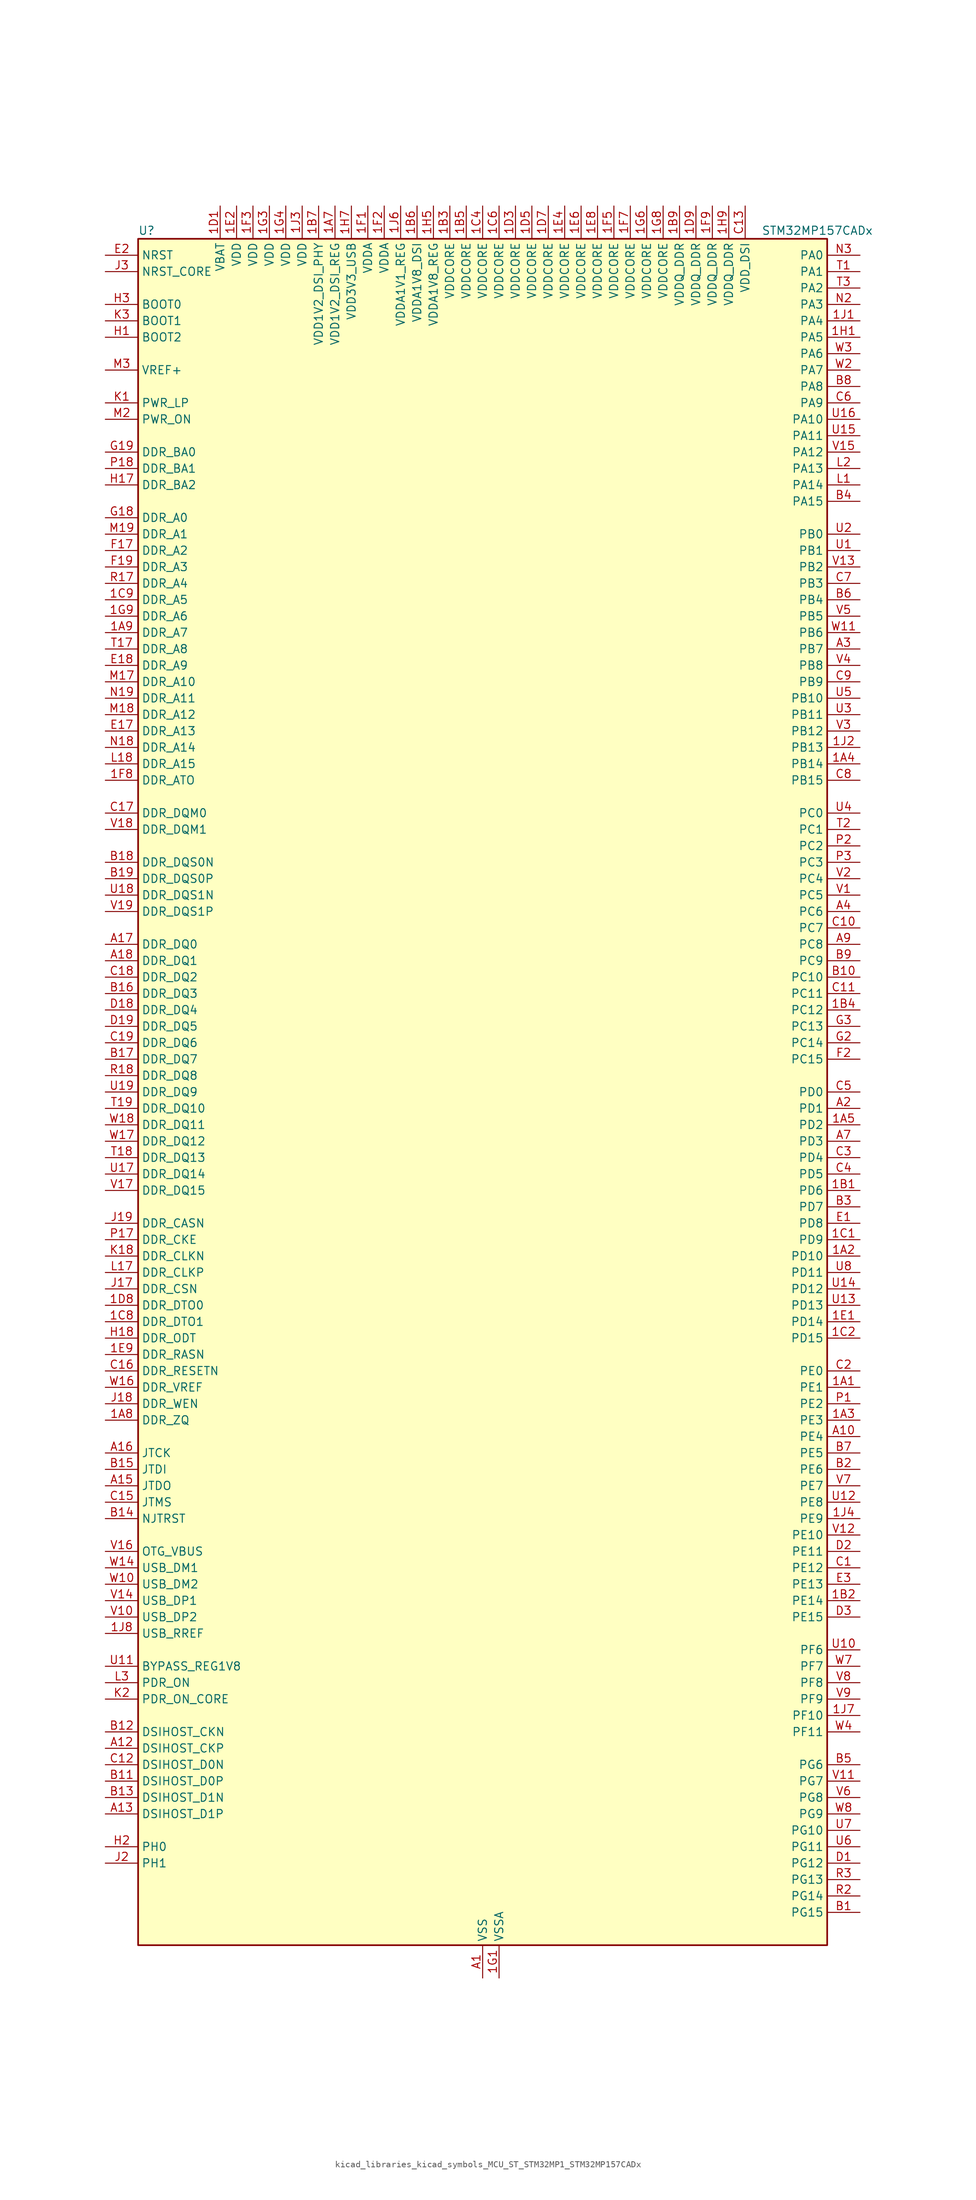
<source format=kicad_sym>
(kicad_symbol_lib
  (version 20220914)
  (generator kicad_symbol_editor)
  (symbol "kicad_libraries_kicad_symbols_MCU_ST_STM32MP1_STM32MP157CADx"
    (property "Reference" "U"
      (at -53.34 133.35 0)
      (effects (font (size 1.27 1.27)) (justify left)))
    (property "Value" "STM32MP157CADx"
      (at 43.18 133.35 0)
      (effects (font (size 1.27 1.27)) (justify left)))
    (property "ki_locked" ""
      (at 0 0 0)
      (effects (font (size 1.27 1.27))))
    (symbol "kicad_libraries_kicad_symbols_MCU_ST_STM32MP1_STM32MP157CADx_0_1"
      (rectangle (start -53.34 -132.08) (end 53.34 132.08) (stroke (width 0.254) (type default)) (fill (type background))))
    (symbol "kicad_libraries_kicad_symbols_MCU_ST_STM32MP1_STM32MP157CADx_1_1"
      (pin bidirectional line (at 58.42 -45.72 180) (length 5.08) (name "PE1" (effects (font (size 1.27 1.27)))) (number "1A1" (effects (font (size 1.27 1.27)))) (alternate "DCMI_D3" bidirectional line) (alternate "FMC_NBL1" bidirectional line) (alternate "I2S2_MCK" bidirectional line) (alternate "LPTIM1_IN2" bidirectional line) (alternate "SAI3_SD_B" bidirectional line) (alternate "UART8_TX" bidirectional line))
      (pin bidirectional line (at 58.42 -25.4 180) (length 5.08) (name "PD10" (effects (font (size 1.27 1.27)))) (number "1A2" (effects (font (size 1.27 1.27)))) (alternate "DFSDM1_CKOUT" bidirectional line) (alternate "FMC_D15" bidirectional line) (alternate "FMC_DA15" bidirectional line) (alternate "I2C5_SMBA" bidirectional line) (alternate "I2S3_SDI" bidirectional line) (alternate "LTDC_B3" bidirectional line) (alternate "RTC_REFIN" bidirectional line) (alternate "SAI3_FS_B" bidirectional line) (alternate "SPI3_MISO" bidirectional line) (alternate "TIM16_BKIN" bidirectional line) (alternate "USART3_CK" bidirectional line))
      (pin bidirectional line (at 58.42 -50.8 180) (length 5.08) (name "PE3" (effects (font (size 1.27 1.27)))) (number "1A3" (effects (font (size 1.27 1.27)))) (alternate "DEBUG_TRACED0" bidirectional line) (alternate "FMC_A19" bidirectional line) (alternate "SAI1_SD_B" bidirectional line) (alternate "SDMMC2_CK" bidirectional line) (alternate "TIM15_BKIN" bidirectional line))
      (pin bidirectional line (at 58.42 50.8 180) (length 5.08) (name "PB14" (effects (font (size 1.27 1.27)))) (number "1A4" (effects (font (size 1.27 1.27)))) (alternate "DFSDM1_DATIN2" bidirectional line) (alternate "I2S2_SDI" bidirectional line) (alternate "SDMMC2_D0" bidirectional line) (alternate "SPI2_MISO" bidirectional line) (alternate "TIM12_CH1" bidirectional line) (alternate "TIM1_CH2N" bidirectional line) (alternate "TIM8_CH2N" bidirectional line) (alternate "USART1_TX" bidirectional line) (alternate "USART3_DE" bidirectional line) (alternate "USART3_RTS" bidirectional line))
      (pin bidirectional line (at 58.42 -5.08 180) (length 5.08) (name "PD2" (effects (font (size 1.27 1.27)))) (number "1A5" (effects (font (size 1.27 1.27)))) (alternate "DCMI_D11" bidirectional line) (alternate "I2C5_SMBA" bidirectional line) (alternate "SDMMC1_CMD" bidirectional line) (alternate "TIM3_ETR" bidirectional line) (alternate "UART4_RX" bidirectional line) (alternate "UART5_RX" bidirectional line))
      (pin passive line (at 0 -137.16 90) (length 5.08) hide (name "VSS" (effects (font (size 1.27 1.27)))) (number "1A6" (effects (font (size 1.27 1.27)))))
      (pin power_in line (at -22.86 137.16 270) (length 5.08) (name "VDD1V2_DSI_REG" (effects (font (size 1.27 1.27)))) (number "1A7" (effects (font (size 1.27 1.27)))))
      (pin bidirectional line (at -58.42 -50.8 0) (length 5.08) (name "DDR_ZQ" (effects (font (size 1.27 1.27)))) (number "1A8" (effects (font (size 1.27 1.27)))) (alternate "DDR_ZQ" bidirectional line))
      (pin bidirectional line (at -58.42 71.12 0) (length 5.08) (name "DDR_A7" (effects (font (size 1.27 1.27)))) (number "1A9" (effects (font (size 1.27 1.27)))) (alternate "DDR_A7" bidirectional line))
      (pin bidirectional line (at 58.42 -15.24 180) (length 5.08) (name "PD6" (effects (font (size 1.27 1.27)))) (number "1B1" (effects (font (size 1.27 1.27)))) (alternate "DCMI_D10" bidirectional line) (alternate "DFSDM1_CKIN4" bidirectional line) (alternate "DFSDM1_DATIN1" bidirectional line) (alternate "FMC_NWAIT" bidirectional line) (alternate "I2S3_SDO" bidirectional line) (alternate "LTDC_B2" bidirectional line) (alternate "SAI1_D1" bidirectional line) (alternate "SAI1_SD_A" bidirectional line) (alternate "SPI3_MOSI" bidirectional line) (alternate "TIM16_CH1N" bidirectional line) (alternate "USART2_RX" bidirectional line))
      (pin bidirectional line (at 58.42 -78.74 180) (length 5.08) (name "PE14" (effects (font (size 1.27 1.27)))) (number "1B2" (effects (font (size 1.27 1.27)))) (alternate "FMC_D11" bidirectional line) (alternate "FMC_DA11" bidirectional line) (alternate "LTDC_CLK" bidirectional line) (alternate "LTDC_G0" bidirectional line) (alternate "SAI2_MCLK_B" bidirectional line) (alternate "SDMMC1_D123DIR" bidirectional line) (alternate "SPI4_MOSI" bidirectional line) (alternate "TIM1_CH4" bidirectional line) (alternate "UART8_DE" bidirectional line) (alternate "UART8_RTS" bidirectional line))
      (pin power_in line (at -5.08 137.16 270) (length 5.08) (name "VDDCORE" (effects (font (size 1.27 1.27)))) (number "1B3" (effects (font (size 1.27 1.27)))))
      (pin bidirectional line (at 58.42 12.7 180) (length 5.08) (name "PC12" (effects (font (size 1.27 1.27)))) (number "1B4" (effects (font (size 1.27 1.27)))) (alternate "DCMI_D9" bidirectional line) (alternate "DEBUG_TRACECLK" bidirectional line) (alternate "I2S3_SDO" bidirectional line) (alternate "RCC_MCO_2" bidirectional line) (alternate "SAI4_D3" bidirectional line) (alternate "SAI4_SD_B" bidirectional line) (alternate "SDMMC1_CK" bidirectional line) (alternate "SPI3_MOSI" bidirectional line) (alternate "UART5_TX" bidirectional line) (alternate "USART3_CK" bidirectional line))
      (pin power_in line (at -2.54 137.16 270) (length 5.08) (name "VDDCORE" (effects (font (size 1.27 1.27)))) (number "1B5" (effects (font (size 1.27 1.27)))))
      (pin power_in line (at -10.16 137.16 270) (length 5.08) (name "VDDA1V8_DSI" (effects (font (size 1.27 1.27)))) (number "1B6" (effects (font (size 1.27 1.27)))))
      (pin power_in line (at -25.4 137.16 270) (length 5.08) (name "VDD1V2_DSI_PHY" (effects (font (size 1.27 1.27)))) (number "1B7" (effects (font (size 1.27 1.27)))))
      (pin passive line (at 0 -137.16 90) (length 5.08) hide (name "VSS" (effects (font (size 1.27 1.27)))) (number "1B8" (effects (font (size 1.27 1.27)))))
      (pin power_in line (at 30.48 137.16 270) (length 5.08) (name "VDDQ_DDR" (effects (font (size 1.27 1.27)))) (number "1B9" (effects (font (size 1.27 1.27)))))
      (pin bidirectional line (at 58.42 -22.86 180) (length 5.08) (name "PD9" (effects (font (size 1.27 1.27)))) (number "1C1" (effects (font (size 1.27 1.27)))) (alternate "DAC1_EXTI9" bidirectional line) (alternate "DCMI_HSYNC" bidirectional line) (alternate "DFSDM1_DATIN3" bidirectional line) (alternate "FMC_D14" bidirectional line) (alternate "FMC_DA14" bidirectional line) (alternate "LTDC_B0" bidirectional line) (alternate "SAI3_SD_B" bidirectional line) (alternate "USART3_RX" bidirectional line))
      (pin bidirectional line (at 58.42 -38.1 180) (length 5.08) (name "PD15" (effects (font (size 1.27 1.27)))) (number "1C2" (effects (font (size 1.27 1.27)))) (alternate "ADC1_EXTI15" bidirectional line) (alternate "ADC2_EXTI15" bidirectional line) (alternate "FMC_D1" bidirectional line) (alternate "FMC_DA1" bidirectional line) (alternate "LTDC_R1" bidirectional line) (alternate "SAI3_MCLK_A" bidirectional line) (alternate "TIM4_CH4" bidirectional line) (alternate "UART8_CTS" bidirectional line))
      (pin passive line (at 0 -137.16 90) (length 5.08) hide (name "VSS" (effects (font (size 1.27 1.27)))) (number "1C3" (effects (font (size 1.27 1.27)))))
      (pin power_in line (at 0 137.16 270) (length 5.08) (name "VDDCORE" (effects (font (size 1.27 1.27)))) (number "1C4" (effects (font (size 1.27 1.27)))))
      (pin passive line (at 0 -137.16 90) (length 5.08) hide (name "VSS" (effects (font (size 1.27 1.27)))) (number "1C5" (effects (font (size 1.27 1.27)))))
      (pin power_in line (at 2.54 137.16 270) (length 5.08) (name "VDDCORE" (effects (font (size 1.27 1.27)))) (number "1C6" (effects (font (size 1.27 1.27)))))
      (pin passive line (at 0 -137.16 90) (length 5.08) hide (name "VSS" (effects (font (size 1.27 1.27)))) (number "1C7" (effects (font (size 1.27 1.27)))))
      (pin bidirectional line (at -58.42 -35.56 0) (length 5.08) (name "DDR_DTO1" (effects (font (size 1.27 1.27)))) (number "1C8" (effects (font (size 1.27 1.27)))) (alternate "DDR_DTO1" bidirectional line))
      (pin bidirectional line (at -58.42 76.2 0) (length 5.08) (name "DDR_A5" (effects (font (size 1.27 1.27)))) (number "1C9" (effects (font (size 1.27 1.27)))) (alternate "DDR_A5" bidirectional line))
      (pin power_in line (at -40.64 137.16 270) (length 5.08) (name "VBAT" (effects (font (size 1.27 1.27)))) (number "1D1" (effects (font (size 1.27 1.27)))))
      (pin passive line (at 0 -137.16 90) (length 5.08) hide (name "VSS" (effects (font (size 1.27 1.27)))) (number "1D2" (effects (font (size 1.27 1.27)))))
      (pin power_in line (at 5.08 137.16 270) (length 5.08) (name "VDDCORE" (effects (font (size 1.27 1.27)))) (number "1D3" (effects (font (size 1.27 1.27)))))
      (pin passive line (at 0 -137.16 90) (length 5.08) hide (name "VSS" (effects (font (size 1.27 1.27)))) (number "1D4" (effects (font (size 1.27 1.27)))))
      (pin power_in line (at 7.62 137.16 270) (length 5.08) (name "VDDCORE" (effects (font (size 1.27 1.27)))) (number "1D5" (effects (font (size 1.27 1.27)))))
      (pin passive line (at 0 -137.16 90) (length 5.08) hide (name "VSS" (effects (font (size 1.27 1.27)))) (number "1D6" (effects (font (size 1.27 1.27)))))
      (pin power_in line (at 10.16 137.16 270) (length 5.08) (name "VDDCORE" (effects (font (size 1.27 1.27)))) (number "1D7" (effects (font (size 1.27 1.27)))))
      (pin bidirectional line (at -58.42 -33.02 0) (length 5.08) (name "DDR_DTO0" (effects (font (size 1.27 1.27)))) (number "1D8" (effects (font (size 1.27 1.27)))) (alternate "DDR_DTO0" bidirectional line))
      (pin power_in line (at 33.02 137.16 270) (length 5.08) (name "VDDQ_DDR" (effects (font (size 1.27 1.27)))) (number "1D9" (effects (font (size 1.27 1.27)))))
      (pin bidirectional line (at 58.42 -35.56 180) (length 5.08) (name "PD14" (effects (font (size 1.27 1.27)))) (number "1E1" (effects (font (size 1.27 1.27)))) (alternate "FMC_D0" bidirectional line) (alternate "FMC_DA0" bidirectional line) (alternate "SAI3_MCLK_B" bidirectional line) (alternate "TIM4_CH3" bidirectional line) (alternate "UART8_CTS" bidirectional line))
      (pin power_in line (at -38.1 137.16 270) (length 5.08) (name "VDD" (effects (font (size 1.27 1.27)))) (number "1E2" (effects (font (size 1.27 1.27)))))
      (pin passive line (at 0 -137.16 90) (length 5.08) hide (name "VSS" (effects (font (size 1.27 1.27)))) (number "1E3" (effects (font (size 1.27 1.27)))))
      (pin power_in line (at 12.7 137.16 270) (length 5.08) (name "VDDCORE" (effects (font (size 1.27 1.27)))) (number "1E4" (effects (font (size 1.27 1.27)))))
      (pin passive line (at 0 -137.16 90) (length 5.08) hide (name "VSS" (effects (font (size 1.27 1.27)))) (number "1E5" (effects (font (size 1.27 1.27)))))
      (pin power_in line (at 15.24 137.16 270) (length 5.08) (name "VDDCORE" (effects (font (size 1.27 1.27)))) (number "1E6" (effects (font (size 1.27 1.27)))))
      (pin passive line (at 0 -137.16 90) (length 5.08) hide (name "VSS" (effects (font (size 1.27 1.27)))) (number "1E7" (effects (font (size 1.27 1.27)))))
      (pin power_in line (at 17.78 137.16 270) (length 5.08) (name "VDDCORE" (effects (font (size 1.27 1.27)))) (number "1E8" (effects (font (size 1.27 1.27)))))
      (pin bidirectional line (at -58.42 -40.64 0) (length 5.08) (name "DDR_RASN" (effects (font (size 1.27 1.27)))) (number "1E9" (effects (font (size 1.27 1.27)))) (alternate "DDR_RASN" bidirectional line))
      (pin power_in line (at -17.78 137.16 270) (length 5.08) (name "VDDA" (effects (font (size 1.27 1.27)))) (number "1F1" (effects (font (size 1.27 1.27)))))
      (pin power_in line (at -15.24 137.16 270) (length 5.08) (name "VDDA" (effects (font (size 1.27 1.27)))) (number "1F2" (effects (font (size 1.27 1.27)))))
      (pin power_in line (at -35.56 137.16 270) (length 5.08) (name "VDD" (effects (font (size 1.27 1.27)))) (number "1F3" (effects (font (size 1.27 1.27)))))
      (pin passive line (at 0 -137.16 90) (length 5.08) hide (name "VSS" (effects (font (size 1.27 1.27)))) (number "1F4" (effects (font (size 1.27 1.27)))))
      (pin power_in line (at 20.32 137.16 270) (length 5.08) (name "VDDCORE" (effects (font (size 1.27 1.27)))) (number "1F5" (effects (font (size 1.27 1.27)))))
      (pin passive line (at 0 -137.16 90) (length 5.08) hide (name "VSS" (effects (font (size 1.27 1.27)))) (number "1F6" (effects (font (size 1.27 1.27)))))
      (pin power_in line (at 22.86 137.16 270) (length 5.08) (name "VDDCORE" (effects (font (size 1.27 1.27)))) (number "1F7" (effects (font (size 1.27 1.27)))))
      (pin bidirectional line (at -58.42 48.26 0) (length 5.08) (name "DDR_ATO" (effects (font (size 1.27 1.27)))) (number "1F8" (effects (font (size 1.27 1.27)))) (alternate "DDR_ATO" bidirectional line))
      (pin power_in line (at 35.56 137.16 270) (length 5.08) (name "VDDQ_DDR" (effects (font (size 1.27 1.27)))) (number "1F9" (effects (font (size 1.27 1.27)))))
      (pin power_in line (at 2.54 -137.16 90) (length 5.08) (name "VSSA" (effects (font (size 1.27 1.27)))) (number "1G1" (effects (font (size 1.27 1.27)))))
      (pin passive line (at 0 -137.16 90) (length 5.08) hide (name "VSS" (effects (font (size 1.27 1.27)))) (number "1G2" (effects (font (size 1.27 1.27)))))
      (pin power_in line (at -33.02 137.16 270) (length 5.08) (name "VDD" (effects (font (size 1.27 1.27)))) (number "1G3" (effects (font (size 1.27 1.27)))))
      (pin power_in line (at -30.48 137.16 270) (length 5.08) (name "VDD" (effects (font (size 1.27 1.27)))) (number "1G4" (effects (font (size 1.27 1.27)))))
      (pin passive line (at 0 -137.16 90) (length 5.08) hide (name "VSS" (effects (font (size 1.27 1.27)))) (number "1G5" (effects (font (size 1.27 1.27)))))
      (pin power_in line (at 25.4 137.16 270) (length 5.08) (name "VDDCORE" (effects (font (size 1.27 1.27)))) (number "1G6" (effects (font (size 1.27 1.27)))))
      (pin passive line (at 0 -137.16 90) (length 5.08) hide (name "VSS" (effects (font (size 1.27 1.27)))) (number "1G7" (effects (font (size 1.27 1.27)))))
      (pin power_in line (at 27.94 137.16 270) (length 5.08) (name "VDDCORE" (effects (font (size 1.27 1.27)))) (number "1G8" (effects (font (size 1.27 1.27)))))
      (pin bidirectional line (at -58.42 73.66 0) (length 5.08) (name "DDR_A6" (effects (font (size 1.27 1.27)))) (number "1G9" (effects (font (size 1.27 1.27)))) (alternate "DDR_A6" bidirectional line))
      (pin bidirectional line (at 58.42 116.84 180) (length 5.08) (name "PA5" (effects (font (size 1.27 1.27)))) (number "1H1" (effects (font (size 1.27 1.27)))) (alternate "ADC1_INN18" bidirectional line) (alternate "ADC1_INP19" bidirectional line) (alternate "ADC2_INN18" bidirectional line) (alternate "ADC2_INP19" bidirectional line) (alternate "DAC1_OUT2" bidirectional line) (alternate "I2S1_CK" bidirectional line) (alternate "LTDC_R4" bidirectional line) (alternate "SAI4_CK1" bidirectional line) (alternate "SAI4_MCLK_A" bidirectional line) (alternate "SPI1_SCK" bidirectional line) (alternate "SPI6_SCK" bidirectional line) (alternate "TIM2_CH1" bidirectional line) (alternate "TIM2_ETR" bidirectional line) (alternate "TIM8_CH1N" bidirectional line))
      (pin passive line (at 0 -137.16 90) (length 5.08) hide (name "VSS" (effects (font (size 1.27 1.27)))) (number "1H2" (effects (font (size 1.27 1.27)))))
      (pin passive line (at 0 -137.16 90) (length 5.08) hide (name "VSS" (effects (font (size 1.27 1.27)))) (number "1H3" (effects (font (size 1.27 1.27)))))
      (pin passive line (at 0 -137.16 90) (length 5.08) hide (name "VSS" (effects (font (size 1.27 1.27)))) (number "1H4" (effects (font (size 1.27 1.27)))))
      (pin power_in line (at -7.62 137.16 270) (length 5.08) (name "VDDA1V8_REG" (effects (font (size 1.27 1.27)))) (number "1H5" (effects (font (size 1.27 1.27)))))
      (pin passive line (at 0 -137.16 90) (length 5.08) hide (name "VSS" (effects (font (size 1.27 1.27)))) (number "1H6" (effects (font (size 1.27 1.27)))))
      (pin power_in line (at -20.32 137.16 270) (length 5.08) (name "VDD3V3_USB" (effects (font (size 1.27 1.27)))) (number "1H7" (effects (font (size 1.27 1.27)))))
      (pin passive line (at 0 -137.16 90) (length 5.08) hide (name "VSS" (effects (font (size 1.27 1.27)))) (number "1H8" (effects (font (size 1.27 1.27)))))
      (pin power_in line (at 38.1 137.16 270) (length 5.08) (name "VDDQ_DDR" (effects (font (size 1.27 1.27)))) (number "1H9" (effects (font (size 1.27 1.27)))))
      (pin bidirectional line (at 58.42 119.38 180) (length 5.08) (name "PA4" (effects (font (size 1.27 1.27)))) (number "1J1" (effects (font (size 1.27 1.27)))) (alternate "ADC1_INP18" bidirectional line) (alternate "ADC2_INP18" bidirectional line) (alternate "DAC1_OUT1" bidirectional line) (alternate "DCMI_HSYNC" bidirectional line) (alternate "HDP_HDP0" bidirectional line) (alternate "I2S1_WS" bidirectional line) (alternate "I2S3_WS" bidirectional line) (alternate "LTDC_VSYNC" bidirectional line) (alternate "SAI4_D2" bidirectional line) (alternate "SAI4_FS_A" bidirectional line) (alternate "SPI1_NSS" bidirectional line) (alternate "SPI3_NSS" bidirectional line) (alternate "SPI6_NSS" bidirectional line) (alternate "TIM5_ETR" bidirectional line) (alternate "USART2_CK" bidirectional line))
      (pin bidirectional line (at 58.42 53.34 180) (length 5.08) (name "PB13" (effects (font (size 1.27 1.27)))) (number "1J2" (effects (font (size 1.27 1.27)))) (alternate "DFSDM1_CKIN1" bidirectional line) (alternate "DFSDM1_CKOUT" bidirectional line) (alternate "ETH1_TXD1" bidirectional line) (alternate "FDCAN2_TX" bidirectional line) (alternate "I2S2_CK" bidirectional line) (alternate "LPTIM2_OUT" bidirectional line) (alternate "SPI2_SCK" bidirectional line) (alternate "TIM1_CH1N" bidirectional line) (alternate "UART5_TX" bidirectional line) (alternate "USART3_CTS" bidirectional line) (alternate "USART3_NSS" bidirectional line))
      (pin power_in line (at -27.94 137.16 270) (length 5.08) (name "VDD" (effects (font (size 1.27 1.27)))) (number "1J3" (effects (font (size 1.27 1.27)))))
      (pin bidirectional line (at 58.42 -66.04 180) (length 5.08) (name "PE9" (effects (font (size 1.27 1.27)))) (number "1J4" (effects (font (size 1.27 1.27)))) (alternate "DAC1_EXTI9" bidirectional line) (alternate "DFSDM1_CKOUT" bidirectional line) (alternate "FMC_D6" bidirectional line) (alternate "FMC_DA6" bidirectional line) (alternate "QUADSPI_BK2_IO2" bidirectional line) (alternate "TIM1_CH1" bidirectional line) (alternate "UART7_DE" bidirectional line) (alternate "UART7_RTS" bidirectional line))
      (pin passive line (at 0 -137.16 90) (length 5.08) hide (name "VSS" (effects (font (size 1.27 1.27)))) (number "1J5" (effects (font (size 1.27 1.27)))))
      (pin power_in line (at -12.7 137.16 270) (length 5.08) (name "VDDA1V1_REG" (effects (font (size 1.27 1.27)))) (number "1J6" (effects (font (size 1.27 1.27)))))
      (pin bidirectional line (at 58.42 -96.52 180) (length 5.08) (name "PF10" (effects (font (size 1.27 1.27)))) (number "1J7" (effects (font (size 1.27 1.27)))) (alternate "DCMI_D11" bidirectional line) (alternate "LTDC_DE" bidirectional line) (alternate "QUADSPI_CLK" bidirectional line) (alternate "SAI1_D3" bidirectional line) (alternate "SAI1_D4" bidirectional line) (alternate "SAI4_D3" bidirectional line) (alternate "SAI4_D4" bidirectional line) (alternate "TIM16_BKIN" bidirectional line))
      (pin bidirectional line (at -58.42 -83.82 0) (length 5.08) (name "USB_RREF" (effects (font (size 1.27 1.27)))) (number "1J8" (effects (font (size 1.27 1.27)))))
      (pin passive line (at 0 -137.16 90) (length 5.08) hide (name "VSS" (effects (font (size 1.27 1.27)))) (number "1J9" (effects (font (size 1.27 1.27)))))
      (pin power_in line (at 0 -137.16 90) (length 5.08) (name "VSS" (effects (font (size 1.27 1.27)))) (number "A1" (effects (font (size 1.27 1.27)))))
      (pin bidirectional line (at 58.42 -53.34 180) (length 5.08) (name "PE4" (effects (font (size 1.27 1.27)))) (number "A10" (effects (font (size 1.27 1.27)))) (alternate "DCMI_D4" bidirectional line) (alternate "DEBUG_TRACED1" bidirectional line) (alternate "DFSDM1_DATIN3" bidirectional line) (alternate "FMC_A20" bidirectional line) (alternate "LTDC_B0" bidirectional line) (alternate "SAI1_D2" bidirectional line) (alternate "SAI1_FS_A" bidirectional line) (alternate "SDMMC1_CKIN" bidirectional line) (alternate "SDMMC1_D4" bidirectional line) (alternate "SDMMC2_CKIN" bidirectional line) (alternate "SDMMC2_D4" bidirectional line) (alternate "SPI4_NSS" bidirectional line) (alternate "TIM15_CH1N" bidirectional line))
      (pin bidirectional line (at -58.42 -101.6 0) (length 5.08) (name "DSIHOST_CKP" (effects (font (size 1.27 1.27)))) (number "A12" (effects (font (size 1.27 1.27)))) (alternate "DSIHOST_CKP" bidirectional line))
      (pin bidirectional line (at -58.42 -111.76 0) (length 5.08) (name "DSIHOST_D1P" (effects (font (size 1.27 1.27)))) (number "A13" (effects (font (size 1.27 1.27)))) (alternate "DSIHOST_D1P" bidirectional line))
      (pin bidirectional line (at -58.42 -60.96 0) (length 5.08) (name "JTDO" (effects (font (size 1.27 1.27)))) (number "A15" (effects (font (size 1.27 1.27)))) (alternate "DEBUG_JTDO-SWO" bidirectional line))
      (pin bidirectional line (at -58.42 -55.88 0) (length 5.08) (name "JTCK" (effects (font (size 1.27 1.27)))) (number "A16" (effects (font (size 1.27 1.27)))) (alternate "DEBUG_JTCK-SWCLK" bidirectional line))
      (pin bidirectional line (at -58.42 22.86 0) (length 5.08) (name "DDR_DQ0" (effects (font (size 1.27 1.27)))) (number "A17" (effects (font (size 1.27 1.27)))) (alternate "DDR_DQ0" bidirectional line))
      (pin bidirectional line (at -58.42 20.32 0) (length 5.08) (name "DDR_DQ1" (effects (font (size 1.27 1.27)))) (number "A18" (effects (font (size 1.27 1.27)))) (alternate "DDR_DQ1" bidirectional line))
      (pin passive line (at 0 -137.16 90) (length 5.08) hide (name "VSS" (effects (font (size 1.27 1.27)))) (number "A19" (effects (font (size 1.27 1.27)))))
      (pin bidirectional line (at 58.42 -2.54 180) (length 5.08) (name "PD1" (effects (font (size 1.27 1.27)))) (number "A2" (effects (font (size 1.27 1.27)))) (alternate "DFSDM1_CKIN7" bidirectional line) (alternate "DFSDM1_DATIN6" bidirectional line) (alternate "FDCAN1_TX" bidirectional line) (alternate "FMC_D3" bidirectional line) (alternate "FMC_DA3" bidirectional line) (alternate "I2C5_SCL" bidirectional line) (alternate "I2C6_SCL" bidirectional line) (alternate "SAI3_SD_A" bidirectional line) (alternate "SDMMC3_D0" bidirectional line) (alternate "UART4_TX" bidirectional line))
      (pin bidirectional line (at 58.42 68.58 180) (length 5.08) (name "PB7" (effects (font (size 1.27 1.27)))) (number "A3" (effects (font (size 1.27 1.27)))) (alternate "DCMI_VSYNC" bidirectional line) (alternate "DFSDM1_CKIN5" bidirectional line) (alternate "FMC_NL" bidirectional line) (alternate "I2C1_SDA" bidirectional line) (alternate "I2C4_SDA" bidirectional line) (alternate "SDMMC2_D1" bidirectional line) (alternate "TIM17_CH1N" bidirectional line) (alternate "TIM4_CH2" bidirectional line) (alternate "USART1_RX" bidirectional line))
      (pin bidirectional line (at 58.42 27.94 180) (length 5.08) (name "PC6" (effects (font (size 1.27 1.27)))) (number "A4" (effects (font (size 1.27 1.27)))) (alternate "DCMI_D0" bidirectional line) (alternate "DFSDM1_CKIN3" bidirectional line) (alternate "DSIHOST_TE" bidirectional line) (alternate "HDP_HDP1" bidirectional line) (alternate "I2S2_MCK" bidirectional line) (alternate "LTDC_HSYNC" bidirectional line) (alternate "SDMMC1_D0DIR" bidirectional line) (alternate "SDMMC1_D6" bidirectional line) (alternate "SDMMC2_D0DIR" bidirectional line) (alternate "SDMMC2_D6" bidirectional line) (alternate "TIM3_CH1" bidirectional line) (alternate "TIM8_CH1" bidirectional line) (alternate "USART6_TX" bidirectional line))
      (pin passive line (at 0 -137.16 90) (length 5.08) hide (name "VSS" (effects (font (size 1.27 1.27)))) (number "A6" (effects (font (size 1.27 1.27)))))
      (pin bidirectional line (at 58.42 -7.62 180) (length 5.08) (name "PD3" (effects (font (size 1.27 1.27)))) (number "A7" (effects (font (size 1.27 1.27)))) (alternate "DCMI_D5" bidirectional line) (alternate "DFSDM1_CKOUT" bidirectional line) (alternate "DFSDM1_DATIN0" bidirectional line) (alternate "FMC_CLK" bidirectional line) (alternate "HDP_HDP5" bidirectional line) (alternate "I2S2_CK" bidirectional line) (alternate "LTDC_G7" bidirectional line) (alternate "SDMMC1_D123DIR" bidirectional line) (alternate "SDMMC1_D7" bidirectional line) (alternate "SDMMC2_D123DIR" bidirectional line) (alternate "SDMMC2_D7" bidirectional line) (alternate "SPI2_SCK" bidirectional line) (alternate "USART2_CTS" bidirectional line) (alternate "USART2_NSS" bidirectional line))
      (pin bidirectional line (at 58.42 22.86 180) (length 5.08) (name "PC8" (effects (font (size 1.27 1.27)))) (number "A9" (effects (font (size 1.27 1.27)))) (alternate "DCMI_D2" bidirectional line) (alternate "DEBUG_TRACED0" bidirectional line) (alternate "SDMMC1_D0" bidirectional line) (alternate "TIM3_CH3" bidirectional line) (alternate "TIM8_CH3" bidirectional line) (alternate "UART4_TX" bidirectional line) (alternate "UART5_DE" bidirectional line) (alternate "UART5_RTS" bidirectional line) (alternate "USART6_CK" bidirectional line))
      (pin bidirectional line (at 58.42 -127 180) (length 5.08) (name "PG15" (effects (font (size 1.27 1.27)))) (number "B1" (effects (font (size 1.27 1.27)))) (alternate "ADC1_EXTI15" bidirectional line) (alternate "ADC2_EXTI15" bidirectional line) (alternate "DCMI_D13" bidirectional line) (alternate "DEBUG_TRACED7" bidirectional line) (alternate "I2C2_SDA" bidirectional line) (alternate "SAI1_D2" bidirectional line) (alternate "SAI1_FS_A" bidirectional line) (alternate "SDMMC3_CK" bidirectional line) (alternate "USART6_CTS" bidirectional line) (alternate "USART6_NSS" bidirectional line))
      (pin bidirectional line (at 58.42 17.78 180) (length 5.08) (name "PC10" (effects (font (size 1.27 1.27)))) (number "B10" (effects (font (size 1.27 1.27)))) (alternate "DCMI_D8" bidirectional line) (alternate "DEBUG_TRACED2" bidirectional line) (alternate "DFSDM1_CKIN5" bidirectional line) (alternate "I2S3_CK" bidirectional line) (alternate "LTDC_R2" bidirectional line) (alternate "QUADSPI_BK1_IO1" bidirectional line) (alternate "SAI4_MCLK_B" bidirectional line) (alternate "SDMMC1_D2" bidirectional line) (alternate "SPI3_SCK" bidirectional line) (alternate "UART4_TX" bidirectional line) (alternate "USART3_TX" bidirectional line))
      (pin bidirectional line (at -58.42 -106.68 0) (length 5.08) (name "DSIHOST_D0P" (effects (font (size 1.27 1.27)))) (number "B11" (effects (font (size 1.27 1.27)))) (alternate "DSIHOST_D0P" bidirectional line))
      (pin bidirectional line (at -58.42 -99.06 0) (length 5.08) (name "DSIHOST_CKN" (effects (font (size 1.27 1.27)))) (number "B12" (effects (font (size 1.27 1.27)))) (alternate "DSIHOST_CKN" bidirectional line))
      (pin bidirectional line (at -58.42 -109.22 0) (length 5.08) (name "DSIHOST_D1N" (effects (font (size 1.27 1.27)))) (number "B13" (effects (font (size 1.27 1.27)))) (alternate "DSIHOST_D1N" bidirectional line))
      (pin bidirectional line (at -58.42 -66.04 0) (length 5.08) (name "NJTRST" (effects (font (size 1.27 1.27)))) (number "B14" (effects (font (size 1.27 1.27)))) (alternate "DEBUG_JTRST" bidirectional line))
      (pin bidirectional line (at -58.42 -58.42 0) (length 5.08) (name "JTDI" (effects (font (size 1.27 1.27)))) (number "B15" (effects (font (size 1.27 1.27)))) (alternate "DEBUG_JTDI" bidirectional line))
      (pin bidirectional line (at -58.42 15.24 0) (length 5.08) (name "DDR_DQ3" (effects (font (size 1.27 1.27)))) (number "B16" (effects (font (size 1.27 1.27)))) (alternate "DDR_DQ3" bidirectional line))
      (pin bidirectional line (at -58.42 5.08 0) (length 5.08) (name "DDR_DQ7" (effects (font (size 1.27 1.27)))) (number "B17" (effects (font (size 1.27 1.27)))) (alternate "DDR_DQ7" bidirectional line))
      (pin bidirectional line (at -58.42 35.56 0) (length 5.08) (name "DDR_DQS0N" (effects (font (size 1.27 1.27)))) (number "B18" (effects (font (size 1.27 1.27)))) (alternate "DDR_DQS0N" bidirectional line))
      (pin bidirectional line (at -58.42 33.02 0) (length 5.08) (name "DDR_DQS0P" (effects (font (size 1.27 1.27)))) (number "B19" (effects (font (size 1.27 1.27)))) (alternate "DDR_DQS0P" bidirectional line))
      (pin bidirectional line (at 58.42 -58.42 180) (length 5.08) (name "PE6" (effects (font (size 1.27 1.27)))) (number "B2" (effects (font (size 1.27 1.27)))) (alternate "DCMI_D7" bidirectional line) (alternate "DEBUG_TRACED2" bidirectional line) (alternate "FMC_A22" bidirectional line) (alternate "LTDC_G1" bidirectional line) (alternate "SAI1_D1" bidirectional line) (alternate "SAI1_SD_A" bidirectional line) (alternate "SAI2_MCLK_B" bidirectional line) (alternate "SDMMC1_D2" bidirectional line) (alternate "SDMMC2_D0" bidirectional line) (alternate "SPI4_MOSI" bidirectional line) (alternate "TIM15_CH2" bidirectional line) (alternate "TIM1_BKIN2" bidirectional line))
      (pin bidirectional line (at 58.42 -17.78 180) (length 5.08) (name "PD7" (effects (font (size 1.27 1.27)))) (number "B3" (effects (font (size 1.27 1.27)))) (alternate "DEBUG_TRACED6" bidirectional line) (alternate "DFSDM1_CKIN1" bidirectional line) (alternate "DFSDM1_DATIN4" bidirectional line) (alternate "FMC_NE1" bidirectional line) (alternate "I2C2_SCL" bidirectional line) (alternate "SDMMC3_D3" bidirectional line) (alternate "SPDIFRX_IN0" bidirectional line) (alternate "USART2_CK" bidirectional line))
      (pin bidirectional line (at 58.42 91.44 180) (length 5.08) (name "PA15" (effects (font (size 1.27 1.27)))) (number "B4" (effects (font (size 1.27 1.27)))) (alternate "ADC1_EXTI15" bidirectional line) (alternate "ADC2_EXTI15" bidirectional line) (alternate "CEC" bidirectional line) (alternate "DEBUG_DBTRGI" bidirectional line) (alternate "I2S1_WS" bidirectional line) (alternate "I2S3_WS" bidirectional line) (alternate "LTDC_R1" bidirectional line) (alternate "SAI4_D2" bidirectional line) (alternate "SAI4_FS_A" bidirectional line) (alternate "SDMMC1_CDIR" bidirectional line) (alternate "SDMMC1_D5" bidirectional line) (alternate "SDMMC2_CDIR" bidirectional line) (alternate "SDMMC2_D5" bidirectional line) (alternate "SPI1_NSS" bidirectional line) (alternate "SPI3_NSS" bidirectional line) (alternate "SPI6_NSS" bidirectional line) (alternate "TIM2_CH1" bidirectional line) (alternate "TIM2_ETR" bidirectional line) (alternate "UART4_DE" bidirectional line) (alternate "UART4_RTS" bidirectional line) (alternate "UART7_TX" bidirectional line))
      (pin bidirectional line (at 58.42 -104.14 180) (length 5.08) (name "PG6" (effects (font (size 1.27 1.27)))) (number "B5" (effects (font (size 1.27 1.27)))) (alternate "DCMI_D12" bidirectional line) (alternate "DEBUG_TRACED14" bidirectional line) (alternate "LTDC_R7" bidirectional line) (alternate "SDMMC2_CMD" bidirectional line) (alternate "TIM17_BKIN" bidirectional line))
      (pin bidirectional line (at 58.42 76.2 180) (length 5.08) (name "PB4" (effects (font (size 1.27 1.27)))) (number "B6" (effects (font (size 1.27 1.27)))) (alternate "DEBUG_TRACED8" bidirectional line) (alternate "I2S1_SDI" bidirectional line) (alternate "I2S2_WS" bidirectional line) (alternate "I2S3_SDI" bidirectional line) (alternate "SAI4_CK2" bidirectional line) (alternate "SAI4_SCK_A" bidirectional line) (alternate "SDMMC2_D3" bidirectional line) (alternate "SPI1_MISO" bidirectional line) (alternate "SPI2_NSS" bidirectional line) (alternate "SPI3_MISO" bidirectional line) (alternate "SPI6_MISO" bidirectional line) (alternate "TIM16_BKIN" bidirectional line) (alternate "TIM3_CH1" bidirectional line) (alternate "UART7_TX" bidirectional line))
      (pin bidirectional line (at 58.42 -55.88 180) (length 5.08) (name "PE5" (effects (font (size 1.27 1.27)))) (number "B7" (effects (font (size 1.27 1.27)))) (alternate "DCMI_D6" bidirectional line) (alternate "DEBUG_TRACED3" bidirectional line) (alternate "DFSDM1_CKIN3" bidirectional line) (alternate "FMC_A21" bidirectional line) (alternate "LTDC_G0" bidirectional line) (alternate "SAI1_CK2" bidirectional line) (alternate "SAI1_SCK_A" bidirectional line) (alternate "SDMMC1_D0DIR" bidirectional line) (alternate "SDMMC1_D6" bidirectional line) (alternate "SDMMC2_D0DIR" bidirectional line) (alternate "SDMMC2_D6" bidirectional line) (alternate "SPI4_MISO" bidirectional line) (alternate "TIM15_CH1" bidirectional line))
      (pin bidirectional line (at 58.42 109.22 180) (length 5.08) (name "PA8" (effects (font (size 1.27 1.27)))) (number "B8" (effects (font (size 1.27 1.27)))) (alternate "I2C3_SCL" bidirectional line) (alternate "I2S3_SDO" bidirectional line) (alternate "LTDC_R6" bidirectional line) (alternate "RCC_MCO_1" bidirectional line) (alternate "SAI4_SD_B" bidirectional line) (alternate "SDMMC2_CKIN" bidirectional line) (alternate "SDMMC2_D4" bidirectional line) (alternate "SPI3_MOSI" bidirectional line) (alternate "TIM1_CH1" bidirectional line) (alternate "TIM8_BKIN2" bidirectional line) (alternate "UART7_RX" bidirectional line) (alternate "USART1_CK" bidirectional line) (alternate "USB_OTG_HS_SOF" bidirectional line))
      (pin bidirectional line (at 58.42 20.32 180) (length 5.08) (name "PC9" (effects (font (size 1.27 1.27)))) (number "B9" (effects (font (size 1.27 1.27)))) (alternate "DAC1_EXTI9" bidirectional line) (alternate "DCMI_D3" bidirectional line) (alternate "DEBUG_TRACED1" bidirectional line) (alternate "I2C3_SDA" bidirectional line) (alternate "I2S_CKIN" bidirectional line) (alternate "LTDC_B2" bidirectional line) (alternate "QUADSPI_BK1_IO0" bidirectional line) (alternate "SDMMC1_D1" bidirectional line) (alternate "TIM3_CH4" bidirectional line) (alternate "TIM8_CH4" bidirectional line) (alternate "UART5_CTS" bidirectional line))
      (pin bidirectional line (at 58.42 -73.66 180) (length 5.08) (name "PE12" (effects (font (size 1.27 1.27)))) (number "C1" (effects (font (size 1.27 1.27)))) (alternate "DFSDM1_DATIN5" bidirectional line) (alternate "FMC_D9" bidirectional line) (alternate "FMC_DA9" bidirectional line) (alternate "LTDC_B4" bidirectional line) (alternate "SAI2_SCK_B" bidirectional line) (alternate "SDMMC1_D0DIR" bidirectional line) (alternate "SPI4_SCK" bidirectional line) (alternate "TIM1_CH3N" bidirectional line))
      (pin bidirectional line (at 58.42 25.4 180) (length 5.08) (name "PC7" (effects (font (size 1.27 1.27)))) (number "C10" (effects (font (size 1.27 1.27)))) (alternate "DCMI_D1" bidirectional line) (alternate "DFSDM1_DATIN3" bidirectional line) (alternate "HDP_HDP4" bidirectional line) (alternate "I2S3_MCK" bidirectional line) (alternate "LTDC_G6" bidirectional line) (alternate "SDMMC1_D123DIR" bidirectional line) (alternate "SDMMC1_D7" bidirectional line) (alternate "SDMMC2_D123DIR" bidirectional line) (alternate "SDMMC2_D7" bidirectional line) (alternate "TIM3_CH2" bidirectional line) (alternate "TIM8_CH2" bidirectional line) (alternate "USART6_RX" bidirectional line))
      (pin bidirectional line (at 58.42 15.24 180) (length 5.08) (name "PC11" (effects (font (size 1.27 1.27)))) (number "C11" (effects (font (size 1.27 1.27)))) (alternate "ADC1_EXTI11" bidirectional line) (alternate "ADC2_EXTI11" bidirectional line) (alternate "DCMI_D4" bidirectional line) (alternate "DEBUG_TRACED3" bidirectional line) (alternate "DFSDM1_DATIN5" bidirectional line) (alternate "I2S3_SDI" bidirectional line) (alternate "QUADSPI_BK2_NCS" bidirectional line) (alternate "SAI4_SCK_B" bidirectional line) (alternate "SDMMC1_D3" bidirectional line) (alternate "SPI3_MISO" bidirectional line) (alternate "UART4_RX" bidirectional line) (alternate "USART3_RX" bidirectional line))
      (pin bidirectional line (at -58.42 -104.14 0) (length 5.08) (name "DSIHOST_D0N" (effects (font (size 1.27 1.27)))) (number "C12" (effects (font (size 1.27 1.27)))) (alternate "DSIHOST_D0N" bidirectional line))
      (pin power_in line (at 40.64 137.16 270) (length 5.08) (name "VDD_DSI" (effects (font (size 1.27 1.27)))) (number "C13" (effects (font (size 1.27 1.27)))))
      (pin passive line (at 0 -137.16 90) (length 5.08) hide (name "VSS" (effects (font (size 1.27 1.27)))) (number "C14" (effects (font (size 1.27 1.27)))))
      (pin bidirectional line (at -58.42 -63.5 0) (length 5.08) (name "JTMS" (effects (font (size 1.27 1.27)))) (number "C15" (effects (font (size 1.27 1.27)))) (alternate "DEBUG_JTMS-SWDIO" bidirectional line))
      (pin bidirectional line (at -58.42 -43.18 0) (length 5.08) (name "DDR_RESETN" (effects (font (size 1.27 1.27)))) (number "C16" (effects (font (size 1.27 1.27)))) (alternate "DDR_RESETN" bidirectional line))
      (pin bidirectional line (at -58.42 43.18 0) (length 5.08) (name "DDR_DQM0" (effects (font (size 1.27 1.27)))) (number "C17" (effects (font (size 1.27 1.27)))) (alternate "DDR_DQM0" bidirectional line))
      (pin bidirectional line (at -58.42 17.78 0) (length 5.08) (name "DDR_DQ2" (effects (font (size 1.27 1.27)))) (number "C18" (effects (font (size 1.27 1.27)))) (alternate "DDR_DQ2" bidirectional line))
      (pin bidirectional line (at -58.42 7.62 0) (length 5.08) (name "DDR_DQ6" (effects (font (size 1.27 1.27)))) (number "C19" (effects (font (size 1.27 1.27)))) (alternate "DDR_DQ6" bidirectional line))
      (pin bidirectional line (at 58.42 -43.18 180) (length 5.08) (name "PE0" (effects (font (size 1.27 1.27)))) (number "C2" (effects (font (size 1.27 1.27)))) (alternate "DCMI_D2" bidirectional line) (alternate "FMC_NBL0" bidirectional line) (alternate "I2S3_CK" bidirectional line) (alternate "LPTIM1_ETR" bidirectional line) (alternate "LPTIM2_ETR" bidirectional line) (alternate "SAI2_MCLK_A" bidirectional line) (alternate "SAI4_MCLK_B" bidirectional line) (alternate "SPI3_SCK" bidirectional line) (alternate "TIM4_ETR" bidirectional line) (alternate "UART8_RX" bidirectional line))
      (pin bidirectional line (at 58.42 -10.16 180) (length 5.08) (name "PD4" (effects (font (size 1.27 1.27)))) (number "C3" (effects (font (size 1.27 1.27)))) (alternate "DFSDM1_CKIN0" bidirectional line) (alternate "FMC_NOE" bidirectional line) (alternate "SAI3_FS_A" bidirectional line) (alternate "SDMMC3_D1" bidirectional line) (alternate "USART2_DE" bidirectional line) (alternate "USART2_RTS" bidirectional line))
      (pin bidirectional line (at 58.42 -12.7 180) (length 5.08) (name "PD5" (effects (font (size 1.27 1.27)))) (number "C4" (effects (font (size 1.27 1.27)))) (alternate "FMC_NWE" bidirectional line) (alternate "SDMMC3_D2" bidirectional line) (alternate "USART2_TX" bidirectional line))
      (pin bidirectional line (at 58.42 0 180) (length 5.08) (name "PD0" (effects (font (size 1.27 1.27)))) (number "C5" (effects (font (size 1.27 1.27)))) (alternate "DFSDM1_CKIN6" bidirectional line) (alternate "DFSDM1_DATIN7" bidirectional line) (alternate "FDCAN1_RX" bidirectional line) (alternate "FMC_D2" bidirectional line) (alternate "FMC_DA2" bidirectional line) (alternate "I2C5_SDA" bidirectional line) (alternate "I2C6_SDA" bidirectional line) (alternate "SAI3_SCK_A" bidirectional line) (alternate "SDMMC3_CMD" bidirectional line) (alternate "UART4_RX" bidirectional line))
      (pin bidirectional line (at 58.42 106.68 180) (length 5.08) (name "PA9" (effects (font (size 1.27 1.27)))) (number "C6" (effects (font (size 1.27 1.27)))) (alternate "DAC1_EXTI9" bidirectional line) (alternate "DCMI_D0" bidirectional line) (alternate "I2C3_SMBA" bidirectional line) (alternate "I2S2_CK" bidirectional line) (alternate "LTDC_R5" bidirectional line) (alternate "SDMMC2_CDIR" bidirectional line) (alternate "SDMMC2_D5" bidirectional line) (alternate "SPI2_SCK" bidirectional line) (alternate "TIM1_CH2" bidirectional line) (alternate "USART1_TX" bidirectional line))
      (pin bidirectional line (at 58.42 78.74 180) (length 5.08) (name "PB3" (effects (font (size 1.27 1.27)))) (number "C7" (effects (font (size 1.27 1.27)))) (alternate "DEBUG_TRACED9" bidirectional line) (alternate "I2S1_CK" bidirectional line) (alternate "I2S3_CK" bidirectional line) (alternate "SAI4_CK1" bidirectional line) (alternate "SAI4_MCLK_A" bidirectional line) (alternate "SDMMC2_D2" bidirectional line) (alternate "SPI1_SCK" bidirectional line) (alternate "SPI3_SCK" bidirectional line) (alternate "SPI6_SCK" bidirectional line) (alternate "TIM2_CH2" bidirectional line) (alternate "UART7_RX" bidirectional line))
      (pin bidirectional line (at 58.42 48.26 180) (length 5.08) (name "PB15" (effects (font (size 1.27 1.27)))) (number "C8" (effects (font (size 1.27 1.27)))) (alternate "ADC1_EXTI15" bidirectional line) (alternate "ADC2_EXTI15" bidirectional line) (alternate "DFSDM1_CKIN2" bidirectional line) (alternate "I2S2_SDO" bidirectional line) (alternate "RTC_REFIN" bidirectional line) (alternate "SDMMC2_D1" bidirectional line) (alternate "SPI2_MOSI" bidirectional line) (alternate "TIM12_CH2" bidirectional line) (alternate "TIM1_CH3N" bidirectional line) (alternate "TIM8_CH3N" bidirectional line) (alternate "USART1_RX" bidirectional line))
      (pin bidirectional line (at 58.42 63.5 180) (length 5.08) (name "PB9" (effects (font (size 1.27 1.27)))) (number "C9" (effects (font (size 1.27 1.27)))) (alternate "DAC1_EXTI9" bidirectional line) (alternate "DCMI_D7" bidirectional line) (alternate "DFSDM1_DATIN7" bidirectional line) (alternate "FDCAN1_TX" bidirectional line) (alternate "HDP_HDP7" bidirectional line) (alternate "I2C1_SDA" bidirectional line) (alternate "I2C4_SDA" bidirectional line) (alternate "I2S2_WS" bidirectional line) (alternate "LTDC_B7" bidirectional line) (alternate "SDMMC1_CDIR" bidirectional line) (alternate "SDMMC1_D5" bidirectional line) (alternate "SDMMC2_CDIR" bidirectional line) (alternate "SDMMC2_D5" bidirectional line) (alternate "SPI2_NSS" bidirectional line) (alternate "TIM17_CH1" bidirectional line) (alternate "TIM4_CH4" bidirectional line) (alternate "UART4_TX" bidirectional line))
      (pin bidirectional line (at 58.42 -119.38 180) (length 5.08) (name "PG12" (effects (font (size 1.27 1.27)))) (number "D1" (effects (font (size 1.27 1.27)))) (alternate "ETH1_PHY_INTN" bidirectional line) (alternate "FMC_NE4" bidirectional line) (alternate "LPTIM1_IN1" bidirectional line) (alternate "LTDC_B1" bidirectional line) (alternate "LTDC_B4" bidirectional line) (alternate "SAI4_CK2" bidirectional line) (alternate "SAI4_SCK_A" bidirectional line) (alternate "SPDIFRX_IN1" bidirectional line) (alternate "SPI6_MISO" bidirectional line) (alternate "USART6_DE" bidirectional line) (alternate "USART6_RTS" bidirectional line))
      (pin passive line (at 0 -137.16 90) (length 5.08) hide (name "VSS" (effects (font (size 1.27 1.27)))) (number "D17" (effects (font (size 1.27 1.27)))))
      (pin bidirectional line (at -58.42 12.7 0) (length 5.08) (name "DDR_DQ4" (effects (font (size 1.27 1.27)))) (number "D18" (effects (font (size 1.27 1.27)))) (alternate "DDR_DQ4" bidirectional line))
      (pin bidirectional line (at -58.42 10.16 0) (length 5.08) (name "DDR_DQ5" (effects (font (size 1.27 1.27)))) (number "D19" (effects (font (size 1.27 1.27)))) (alternate "DDR_DQ5" bidirectional line))
      (pin bidirectional line (at 58.42 -71.12 180) (length 5.08) (name "PE11" (effects (font (size 1.27 1.27)))) (number "D2" (effects (font (size 1.27 1.27)))) (alternate "ADC1_EXTI11" bidirectional line) (alternate "ADC2_EXTI11" bidirectional line) (alternate "DCMI_D4" bidirectional line) (alternate "DFSDM1_CKIN4" bidirectional line) (alternate "FMC_D8" bidirectional line) (alternate "FMC_DA8" bidirectional line) (alternate "LTDC_G3" bidirectional line) (alternate "SAI2_SD_B" bidirectional line) (alternate "SPI4_NSS" bidirectional line) (alternate "TIM1_CH2" bidirectional line) (alternate "USART6_CK" bidirectional line))
      (pin bidirectional line (at 58.42 -81.28 180) (length 5.08) (name "PE15" (effects (font (size 1.27 1.27)))) (number "D3" (effects (font (size 1.27 1.27)))) (alternate "ADC1_EXTI15" bidirectional line) (alternate "ADC2_EXTI15" bidirectional line) (alternate "FMC_D12" bidirectional line) (alternate "FMC_DA12" bidirectional line) (alternate "FMC_NCE2" bidirectional line) (alternate "HDP_HDP3" bidirectional line) (alternate "LTDC_R7" bidirectional line) (alternate "TIM15_BKIN" bidirectional line) (alternate "TIM1_BKIN" bidirectional line) (alternate "UART8_CTS" bidirectional line) (alternate "USART2_CTS" bidirectional line) (alternate "USART2_NSS" bidirectional line))
      (pin bidirectional line (at 58.42 -20.32 180) (length 5.08) (name "PD8" (effects (font (size 1.27 1.27)))) (number "E1" (effects (font (size 1.27 1.27)))) (alternate "DFSDM1_CKIN3" bidirectional line) (alternate "FMC_D13" bidirectional line) (alternate "FMC_DA13" bidirectional line) (alternate "LTDC_B7" bidirectional line) (alternate "SAI3_SCK_B" bidirectional line) (alternate "SPDIFRX_IN1" bidirectional line) (alternate "USART3_TX" bidirectional line))
      (pin bidirectional line (at -58.42 55.88 0) (length 5.08) (name "DDR_A13" (effects (font (size 1.27 1.27)))) (number "E17" (effects (font (size 1.27 1.27)))) (alternate "DDR_A13" bidirectional line))
      (pin bidirectional line (at -58.42 66.04 0) (length 5.08) (name "DDR_A9" (effects (font (size 1.27 1.27)))) (number "E18" (effects (font (size 1.27 1.27)))) (alternate "DDR_A9" bidirectional line))
      (pin input line (at -58.42 129.54 0) (length 5.08) (name "NRST" (effects (font (size 1.27 1.27)))) (number "E2" (effects (font (size 1.27 1.27)))))
      (pin bidirectional line (at 58.42 -76.2 180) (length 5.08) (name "PE13" (effects (font (size 1.27 1.27)))) (number "E3" (effects (font (size 1.27 1.27)))) (alternate "DCMI_D6" bidirectional line) (alternate "DFSDM1_CKIN5" bidirectional line) (alternate "FMC_D10" bidirectional line) (alternate "FMC_DA10" bidirectional line) (alternate "HDP_HDP2" bidirectional line) (alternate "LTDC_DE" bidirectional line) (alternate "SAI2_FS_B" bidirectional line) (alternate "SPI4_MISO" bidirectional line) (alternate "TIM1_CH3" bidirectional line))
      (pin bidirectional line (at -58.42 83.82 0) (length 5.08) (name "DDR_A2" (effects (font (size 1.27 1.27)))) (number "F17" (effects (font (size 1.27 1.27)))) (alternate "DDR_A2" bidirectional line))
      (pin passive line (at 0 -137.16 90) (length 5.08) hide (name "VSS" (effects (font (size 1.27 1.27)))) (number "F18" (effects (font (size 1.27 1.27)))))
      (pin bidirectional line (at -58.42 81.28 0) (length 5.08) (name "DDR_A3" (effects (font (size 1.27 1.27)))) (number "F19" (effects (font (size 1.27 1.27)))) (alternate "DDR_A3" bidirectional line))
      (pin bidirectional line (at 58.42 5.08 180) (length 5.08) (name "PC15" (effects (font (size 1.27 1.27)))) (number "F2" (effects (font (size 1.27 1.27)))) (alternate "ADC1_EXTI15" bidirectional line) (alternate "ADC2_EXTI15" bidirectional line) (alternate "RCC_OSC32_OUT" bidirectional line))
      (pin passive line (at 0 -137.16 90) (length 5.08) hide (name "VSS" (effects (font (size 1.27 1.27)))) (number "F3" (effects (font (size 1.27 1.27)))))
      (pin passive line (at 0 -137.16 90) (length 5.08) hide (name "VSS" (effects (font (size 1.27 1.27)))) (number "G1" (effects (font (size 1.27 1.27)))))
      (pin passive line (at 0 -137.16 90) (length 5.08) hide (name "VSS" (effects (font (size 1.27 1.27)))) (number "G17" (effects (font (size 1.27 1.27)))))
      (pin bidirectional line (at -58.42 88.9 0) (length 5.08) (name "DDR_A0" (effects (font (size 1.27 1.27)))) (number "G18" (effects (font (size 1.27 1.27)))) (alternate "DDR_A0" bidirectional line))
      (pin bidirectional line (at -58.42 99.06 0) (length 5.08) (name "DDR_BA0" (effects (font (size 1.27 1.27)))) (number "G19" (effects (font (size 1.27 1.27)))) (alternate "DDR_BA0" bidirectional line))
      (pin bidirectional line (at 58.42 7.62 180) (length 5.08) (name "PC14" (effects (font (size 1.27 1.27)))) (number "G2" (effects (font (size 1.27 1.27)))) (alternate "RCC_OSC32_IN" bidirectional line))
      (pin bidirectional line (at 58.42 10.16 180) (length 5.08) (name "PC13" (effects (font (size 1.27 1.27)))) (number "G3" (effects (font (size 1.27 1.27)))) (alternate "PWR_WKUP3" bidirectional line) (alternate "RTC_LSCO" bidirectional line) (alternate "RTC_TS" bidirectional line) (alternate "TAMP_IN1" bidirectional line) (alternate "TAMP_OUT2" bidirectional line) (alternate "TAMP_OUT3" bidirectional line))
      (pin input line (at -58.42 116.84 0) (length 5.08) (name "BOOT2" (effects (font (size 1.27 1.27)))) (number "H1" (effects (font (size 1.27 1.27)))))
      (pin bidirectional line (at -58.42 93.98 0) (length 5.08) (name "DDR_BA2" (effects (font (size 1.27 1.27)))) (number "H17" (effects (font (size 1.27 1.27)))) (alternate "DDR_BA2" bidirectional line))
      (pin bidirectional line (at -58.42 -38.1 0) (length 5.08) (name "DDR_ODT" (effects (font (size 1.27 1.27)))) (number "H18" (effects (font (size 1.27 1.27)))) (alternate "DDR_ODT" bidirectional line))
      (pin bidirectional line (at -58.42 -116.84 0) (length 5.08) (name "PH0" (effects (font (size 1.27 1.27)))) (number "H2" (effects (font (size 1.27 1.27)))) (alternate "RCC_OSC_IN" bidirectional line))
      (pin input line (at -58.42 121.92 0) (length 5.08) (name "BOOT0" (effects (font (size 1.27 1.27)))) (number "H3" (effects (font (size 1.27 1.27)))))
      (pin bidirectional line (at -58.42 -30.48 0) (length 5.08) (name "DDR_CSN" (effects (font (size 1.27 1.27)))) (number "J17" (effects (font (size 1.27 1.27)))) (alternate "DDR_CSN" bidirectional line))
      (pin bidirectional line (at -58.42 -48.26 0) (length 5.08) (name "DDR_WEN" (effects (font (size 1.27 1.27)))) (number "J18" (effects (font (size 1.27 1.27)))) (alternate "DDR_WEN" bidirectional line))
      (pin bidirectional line (at -58.42 -20.32 0) (length 5.08) (name "DDR_CASN" (effects (font (size 1.27 1.27)))) (number "J19" (effects (font (size 1.27 1.27)))) (alternate "DDR_CASN" bidirectional line))
      (pin bidirectional line (at -58.42 -119.38 0) (length 5.08) (name "PH1" (effects (font (size 1.27 1.27)))) (number "J2" (effects (font (size 1.27 1.27)))) (alternate "RCC_OSC_OUT" bidirectional line))
      (pin input line (at -58.42 127 0) (length 5.08) (name "NRST_CORE" (effects (font (size 1.27 1.27)))) (number "J3" (effects (font (size 1.27 1.27)))))
      (pin output line (at -58.42 106.68 0) (length 5.08) (name "PWR_LP" (effects (font (size 1.27 1.27)))) (number "K1" (effects (font (size 1.27 1.27)))))
      (pin passive line (at 0 -137.16 90) (length 5.08) hide (name "VSS" (effects (font (size 1.27 1.27)))) (number "K17" (effects (font (size 1.27 1.27)))))
      (pin bidirectional line (at -58.42 -25.4 0) (length 5.08) (name "DDR_CLKN" (effects (font (size 1.27 1.27)))) (number "K18" (effects (font (size 1.27 1.27)))) (alternate "DDR_CLKN" bidirectional line))
      (pin passive line (at 0 -137.16 90) (length 5.08) hide (name "VSS" (effects (font (size 1.27 1.27)))) (number "K19" (effects (font (size 1.27 1.27)))))
      (pin bidirectional line (at -58.42 -93.98 0) (length 5.08) (name "PDR_ON_CORE" (effects (font (size 1.27 1.27)))) (number "K2" (effects (font (size 1.27 1.27)))))
      (pin input line (at -58.42 119.38 0) (length 5.08) (name "BOOT1" (effects (font (size 1.27 1.27)))) (number "K3" (effects (font (size 1.27 1.27)))))
      (pin bidirectional line (at 58.42 93.98 180) (length 5.08) (name "PA14" (effects (font (size 1.27 1.27)))) (number "L1" (effects (font (size 1.27 1.27)))) (alternate "DEBUG_DBTRGI" bidirectional line) (alternate "DEBUG_DBTRGO" bidirectional line) (alternate "RCC_MCO_2" bidirectional line))
      (pin bidirectional line (at -58.42 -27.94 0) (length 5.08) (name "DDR_CLKP" (effects (font (size 1.27 1.27)))) (number "L17" (effects (font (size 1.27 1.27)))) (alternate "DDR_CLKP" bidirectional line))
      (pin bidirectional line (at -58.42 50.8 0) (length 5.08) (name "DDR_A15" (effects (font (size 1.27 1.27)))) (number "L18" (effects (font (size 1.27 1.27)))) (alternate "DDR_A15" bidirectional line))
      (pin bidirectional line (at 58.42 96.52 180) (length 5.08) (name "PA13" (effects (font (size 1.27 1.27)))) (number "L2" (effects (font (size 1.27 1.27)))) (alternate "DEBUG_DBTRGI" bidirectional line) (alternate "DEBUG_DBTRGO" bidirectional line) (alternate "RCC_MCO_1" bidirectional line) (alternate "UART4_TX" bidirectional line))
      (pin bidirectional line (at -58.42 -91.44 0) (length 5.08) (name "PDR_ON" (effects (font (size 1.27 1.27)))) (number "L3" (effects (font (size 1.27 1.27)))))
      (pin bidirectional line (at -58.42 63.5 0) (length 5.08) (name "DDR_A10" (effects (font (size 1.27 1.27)))) (number "M17" (effects (font (size 1.27 1.27)))) (alternate "DDR_A10" bidirectional line))
      (pin bidirectional line (at -58.42 58.42 0) (length 5.08) (name "DDR_A12" (effects (font (size 1.27 1.27)))) (number "M18" (effects (font (size 1.27 1.27)))) (alternate "DDR_A12" bidirectional line))
      (pin bidirectional line (at -58.42 86.36 0) (length 5.08) (name "DDR_A1" (effects (font (size 1.27 1.27)))) (number "M19" (effects (font (size 1.27 1.27)))) (alternate "DDR_A1" bidirectional line))
      (pin output line (at -58.42 104.14 0) (length 5.08) (name "PWR_ON" (effects (font (size 1.27 1.27)))) (number "M2" (effects (font (size 1.27 1.27)))))
      (pin input line (at -58.42 111.76 0) (length 5.08) (name "VREF+" (effects (font (size 1.27 1.27)))) (number "M3" (effects (font (size 1.27 1.27)))))
      (pin passive line (at 0 -137.16 90) (length 5.08) hide (name "VSS" (effects (font (size 1.27 1.27)))) (number "N1" (effects (font (size 1.27 1.27)))))
      (pin passive line (at 0 -137.16 90) (length 5.08) hide (name "VSS" (effects (font (size 1.27 1.27)))) (number "N17" (effects (font (size 1.27 1.27)))))
      (pin bidirectional line (at -58.42 53.34 0) (length 5.08) (name "DDR_A14" (effects (font (size 1.27 1.27)))) (number "N18" (effects (font (size 1.27 1.27)))) (alternate "DDR_A14" bidirectional line))
      (pin bidirectional line (at -58.42 60.96 0) (length 5.08) (name "DDR_A11" (effects (font (size 1.27 1.27)))) (number "N19" (effects (font (size 1.27 1.27)))) (alternate "DDR_A11" bidirectional line))
      (pin bidirectional line (at 58.42 121.92 180) (length 5.08) (name "PA3" (effects (font (size 1.27 1.27)))) (number "N2" (effects (font (size 1.27 1.27)))) (alternate "ADC1_INP15" bidirectional line) (alternate "ETH1_COL" bidirectional line) (alternate "LPTIM5_OUT" bidirectional line) (alternate "LTDC_B2" bidirectional line) (alternate "LTDC_B5" bidirectional line) (alternate "PWR_PVD_IN" bidirectional line) (alternate "TIM15_CH2" bidirectional line) (alternate "TIM2_CH4" bidirectional line) (alternate "TIM5_CH4" bidirectional line) (alternate "USART2_RX" bidirectional line))
      (pin bidirectional line (at 58.42 129.54 180) (length 5.08) (name "PA0" (effects (font (size 1.27 1.27)))) (number "N3" (effects (font (size 1.27 1.27)))) (alternate "ADC1_INP16" bidirectional line) (alternate "ETH1_CRS" bidirectional line) (alternate "PWR_WKUP1" bidirectional line) (alternate "SAI2_SD_B" bidirectional line) (alternate "SDMMC2_CMD" bidirectional line) (alternate "TIM15_BKIN" bidirectional line) (alternate "TIM2_CH1" bidirectional line) (alternate "TIM2_ETR" bidirectional line) (alternate "TIM5_CH1" bidirectional line) (alternate "TIM8_ETR" bidirectional line) (alternate "UART4_TX" bidirectional line) (alternate "USART2_CTS" bidirectional line) (alternate "USART2_NSS" bidirectional line))
      (pin bidirectional line (at 58.42 -48.26 180) (length 5.08) (name "PE2" (effects (font (size 1.27 1.27)))) (number "P1" (effects (font (size 1.27 1.27)))) (alternate "DEBUG_TRACECLK" bidirectional line) (alternate "ETH1_TXD3" bidirectional line) (alternate "FMC_A23" bidirectional line) (alternate "I2C4_SCL" bidirectional line) (alternate "QUADSPI_BK1_IO2" bidirectional line) (alternate "SAI1_CK1" bidirectional line) (alternate "SAI1_MCLK_A" bidirectional line) (alternate "SPI4_SCK" bidirectional line))
      (pin bidirectional line (at -58.42 -22.86 0) (length 5.08) (name "DDR_CKE" (effects (font (size 1.27 1.27)))) (number "P17" (effects (font (size 1.27 1.27)))) (alternate "DDR_CKE" bidirectional line))
      (pin bidirectional line (at -58.42 96.52 0) (length 5.08) (name "DDR_BA1" (effects (font (size 1.27 1.27)))) (number "P18" (effects (font (size 1.27 1.27)))) (alternate "DDR_BA1" bidirectional line))
      (pin bidirectional line (at 58.42 38.1 180) (length 5.08) (name "PC2" (effects (font (size 1.27 1.27)))) (number "P2" (effects (font (size 1.27 1.27)))) (alternate "ADC1_INN11" bidirectional line) (alternate "ADC1_INP12" bidirectional line) (alternate "DCMI_PIXCLK" bidirectional line) (alternate "DFSDM1_CKIN1" bidirectional line) (alternate "DFSDM1_CKOUT" bidirectional line) (alternate "ETH1_TXD2" bidirectional line) (alternate "I2S2_SDI" bidirectional line) (alternate "SPI2_MISO" bidirectional line))
      (pin bidirectional line (at 58.42 35.56 180) (length 5.08) (name "PC3" (effects (font (size 1.27 1.27)))) (number "P3" (effects (font (size 1.27 1.27)))) (alternate "ADC1_INN12" bidirectional line) (alternate "ADC1_INP13" bidirectional line) (alternate "DEBUG_TRACECLK" bidirectional line) (alternate "DFSDM1_DATIN1" bidirectional line) (alternate "ETH1_TX_CLK" bidirectional line) (alternate "I2S2_SDO" bidirectional line) (alternate "SPI2_MOSI" bidirectional line))
      (pin bidirectional line (at -58.42 78.74 0) (length 5.08) (name "DDR_A4" (effects (font (size 1.27 1.27)))) (number "R17" (effects (font (size 1.27 1.27)))) (alternate "DDR_A4" bidirectional line))
      (pin bidirectional line (at -58.42 2.54 0) (length 5.08) (name "DDR_DQ8" (effects (font (size 1.27 1.27)))) (number "R18" (effects (font (size 1.27 1.27)))) (alternate "DDR_DQ8" bidirectional line))
      (pin passive line (at 0 -137.16 90) (length 5.08) hide (name "VSS" (effects (font (size 1.27 1.27)))) (number "R19" (effects (font (size 1.27 1.27)))))
      (pin bidirectional line (at 58.42 -124.46 180) (length 5.08) (name "PG14" (effects (font (size 1.27 1.27)))) (number "R2" (effects (font (size 1.27 1.27)))) (alternate "DEBUG_TRACED1" bidirectional line) (alternate "ETH1_TXD1" bidirectional line) (alternate "FMC_A25" bidirectional line) (alternate "LPTIM1_ETR" bidirectional line) (alternate "LTDC_B0" bidirectional line) (alternate "QUADSPI_BK2_IO3" bidirectional line) (alternate "SAI4_D1" bidirectional line) (alternate "SAI4_SD_A" bidirectional line) (alternate "SPI6_MOSI" bidirectional line) (alternate "USART6_TX" bidirectional line))
      (pin bidirectional line (at 58.42 -121.92 180) (length 5.08) (name "PG13" (effects (font (size 1.27 1.27)))) (number "R3" (effects (font (size 1.27 1.27)))) (alternate "DEBUG_TRACED0" bidirectional line) (alternate "ETH1_TXD0" bidirectional line) (alternate "FMC_A24" bidirectional line) (alternate "LPTIM1_OUT" bidirectional line) (alternate "LTDC_R0" bidirectional line) (alternate "SAI1_CK2" bidirectional line) (alternate "SAI1_SCK_A" bidirectional line) (alternate "SAI4_CK1" bidirectional line) (alternate "SAI4_MCLK_A" bidirectional line) (alternate "SPI6_SCK" bidirectional line) (alternate "USART6_CTS" bidirectional line) (alternate "USART6_NSS" bidirectional line))
      (pin bidirectional line (at 58.42 127 180) (length 5.08) (name "PA1" (effects (font (size 1.27 1.27)))) (number "T1" (effects (font (size 1.27 1.27)))) (alternate "ADC1_INN16" bidirectional line) (alternate "ADC1_INP17" bidirectional line) (alternate "ETH1_CLK" bidirectional line) (alternate "ETH1_REF_CLK" bidirectional line) (alternate "ETH1_RX_CLK" bidirectional line) (alternate "LPTIM3_OUT" bidirectional line) (alternate "LTDC_R2" bidirectional line) (alternate "QUADSPI_BK1_IO3" bidirectional line) (alternate "SAI2_MCLK_B" bidirectional line) (alternate "TIM15_CH1N" bidirectional line) (alternate "TIM2_CH2" bidirectional line) (alternate "TIM5_CH2" bidirectional line) (alternate "UART4_RX" bidirectional line) (alternate "USART2_DE" bidirectional line) (alternate "USART2_RTS" bidirectional line))
      (pin bidirectional line (at -58.42 68.58 0) (length 5.08) (name "DDR_A8" (effects (font (size 1.27 1.27)))) (number "T17" (effects (font (size 1.27 1.27)))) (alternate "DDR_A8" bidirectional line))
      (pin bidirectional line (at -58.42 -10.16 0) (length 5.08) (name "DDR_DQ13" (effects (font (size 1.27 1.27)))) (number "T18" (effects (font (size 1.27 1.27)))) (alternate "DDR_DQ13" bidirectional line))
      (pin bidirectional line (at -58.42 -2.54 0) (length 5.08) (name "DDR_DQ10" (effects (font (size 1.27 1.27)))) (number "T19" (effects (font (size 1.27 1.27)))) (alternate "DDR_DQ10" bidirectional line))
      (pin bidirectional line (at 58.42 40.64 180) (length 5.08) (name "PC1" (effects (font (size 1.27 1.27)))) (number "T2" (effects (font (size 1.27 1.27)))) (alternate "ADC1_INN10" bidirectional line) (alternate "ADC1_INP11" bidirectional line) (alternate "ADC2_INN10" bidirectional line) (alternate "ADC2_INP11" bidirectional line) (alternate "DEBUG_TRACED0" bidirectional line) (alternate "DFSDM1_CKIN4" bidirectional line) (alternate "DFSDM1_DATIN0" bidirectional line) (alternate "ETH1_MDC" bidirectional line) (alternate "I2S2_SDO" bidirectional line) (alternate "PWR_WKUP6" bidirectional line) (alternate "SAI1_D1" bidirectional line) (alternate "SAI1_SD_A" bidirectional line) (alternate "SDMMC2_CK" bidirectional line) (alternate "SPI2_MOSI" bidirectional line) (alternate "TAMP_IN3" bidirectional line))
      (pin bidirectional line (at 58.42 124.46 180) (length 5.08) (name "PA2" (effects (font (size 1.27 1.27)))) (number "T3" (effects (font (size 1.27 1.27)))) (alternate "ADC1_INP14" bidirectional line) (alternate "ETH1_MDIO" bidirectional line) (alternate "LPTIM4_OUT" bidirectional line) (alternate "LTDC_R1" bidirectional line) (alternate "PWR_WKUP2" bidirectional line) (alternate "SAI2_SCK_B" bidirectional line) (alternate "SDMMC2_D0DIR" bidirectional line) (alternate "TIM15_CH1" bidirectional line) (alternate "TIM2_CH3" bidirectional line) (alternate "TIM5_CH3" bidirectional line) (alternate "USART2_TX" bidirectional line))
      (pin bidirectional line (at 58.42 83.82 180) (length 5.08) (name "PB1" (effects (font (size 1.27 1.27)))) (number "U1" (effects (font (size 1.27 1.27)))) (alternate "ADC1_INP5" bidirectional line) (alternate "ADC2_INP5" bidirectional line) (alternate "DFSDM1_DATIN1" bidirectional line) (alternate "ETH1_RXD3" bidirectional line) (alternate "LTDC_G0" bidirectional line) (alternate "LTDC_R6" bidirectional line) (alternate "TIM1_CH3N" bidirectional line) (alternate "TIM3_CH4" bidirectional line) (alternate "TIM8_CH3N" bidirectional line))
      (pin bidirectional line (at 58.42 -86.36 180) (length 5.08) (name "PF6" (effects (font (size 1.27 1.27)))) (number "U10" (effects (font (size 1.27 1.27)))) (alternate "QUADSPI_BK1_IO3" bidirectional line) (alternate "SAI1_SD_B" bidirectional line) (alternate "SAI4_SCK_B" bidirectional line) (alternate "SPI5_NSS" bidirectional line) (alternate "TIM16_CH1" bidirectional line) (alternate "UART7_RX" bidirectional line))
      (pin bidirectional line (at -58.42 -88.9 0) (length 5.08) (name "BYPASS_REG1V8" (effects (font (size 1.27 1.27)))) (number "U11" (effects (font (size 1.27 1.27)))))
      (pin bidirectional line (at 58.42 -63.5 180) (length 5.08) (name "PE8" (effects (font (size 1.27 1.27)))) (number "U12" (effects (font (size 1.27 1.27)))) (alternate "DFSDM1_CKIN2" bidirectional line) (alternate "FMC_D5" bidirectional line) (alternate "FMC_DA5" bidirectional line) (alternate "QUADSPI_BK2_IO1" bidirectional line) (alternate "TIM1_CH1N" bidirectional line) (alternate "UART7_TX" bidirectional line))
      (pin bidirectional line (at 58.42 -33.02 180) (length 5.08) (name "PD13" (effects (font (size 1.27 1.27)))) (number "U13" (effects (font (size 1.27 1.27)))) (alternate "DSIHOST_TE" bidirectional line) (alternate "FMC_A18" bidirectional line) (alternate "I2C1_SDA" bidirectional line) (alternate "I2C4_SDA" bidirectional line) (alternate "I2S3_MCK" bidirectional line) (alternate "LPTIM1_OUT" bidirectional line) (alternate "QUADSPI_BK1_IO3" bidirectional line) (alternate "SAI2_SCK_A" bidirectional line) (alternate "TIM4_CH2" bidirectional line))
      (pin bidirectional line (at 58.42 -30.48 180) (length 5.08) (name "PD12" (effects (font (size 1.27 1.27)))) (number "U14" (effects (font (size 1.27 1.27)))) (alternate "FMC_A17" bidirectional line) (alternate "FMC_ALE" bidirectional line) (alternate "I2C1_SCL" bidirectional line) (alternate "I2C4_SCL" bidirectional line) (alternate "LPTIM1_IN1" bidirectional line) (alternate "LPTIM2_IN1" bidirectional line) (alternate "QUADSPI_BK1_IO1" bidirectional line) (alternate "SAI2_FS_A" bidirectional line) (alternate "TIM4_CH1" bidirectional line) (alternate "USART3_DE" bidirectional line) (alternate "USART3_RTS" bidirectional line))
      (pin bidirectional line (at 58.42 101.6 180) (length 5.08) (name "PA11" (effects (font (size 1.27 1.27)))) (number "U15" (effects (font (size 1.27 1.27)))) (alternate "ADC1_EXTI11" bidirectional line) (alternate "ADC2_EXTI11" bidirectional line) (alternate "FDCAN1_RX" bidirectional line) (alternate "I2C5_SCL" bidirectional line) (alternate "I2C6_SCL" bidirectional line) (alternate "I2S2_WS" bidirectional line) (alternate "LTDC_R4" bidirectional line) (alternate "SPI2_NSS" bidirectional line) (alternate "TIM1_CH4" bidirectional line) (alternate "UART4_RX" bidirectional line) (alternate "USART1_CTS" bidirectional line) (alternate "USART1_NSS" bidirectional line))
      (pin bidirectional line (at 58.42 104.14 180) (length 5.08) (name "PA10" (effects (font (size 1.27 1.27)))) (number "U16" (effects (font (size 1.27 1.27)))) (alternate "DCMI_D1" bidirectional line) (alternate "I2S3_WS" bidirectional line) (alternate "LTDC_B1" bidirectional line) (alternate "SAI4_FS_B" bidirectional line) (alternate "SPI3_NSS" bidirectional line) (alternate "TIM1_CH3" bidirectional line) (alternate "USART1_RX" bidirectional line) (alternate "USB_OTG_HS_ID" bidirectional line))
      (pin bidirectional line (at -58.42 -12.7 0) (length 5.08) (name "DDR_DQ14" (effects (font (size 1.27 1.27)))) (number "U17" (effects (font (size 1.27 1.27)))) (alternate "DDR_DQ14" bidirectional line))
      (pin bidirectional line (at -58.42 30.48 0) (length 5.08) (name "DDR_DQS1N" (effects (font (size 1.27 1.27)))) (number "U18" (effects (font (size 1.27 1.27)))) (alternate "DDR_DQS1N" bidirectional line))
      (pin bidirectional line (at -58.42 0 0) (length 5.08) (name "DDR_DQ9" (effects (font (size 1.27 1.27)))) (number "U19" (effects (font (size 1.27 1.27)))) (alternate "DDR_DQ9" bidirectional line))
      (pin bidirectional line (at 58.42 86.36 180) (length 5.08) (name "PB0" (effects (font (size 1.27 1.27)))) (number "U2" (effects (font (size 1.27 1.27)))) (alternate "ADC1_INN5" bidirectional line) (alternate "ADC1_INP9" bidirectional line) (alternate "ADC2_INN5" bidirectional line) (alternate "ADC2_INP9" bidirectional line) (alternate "DFSDM1_CKOUT" bidirectional line) (alternate "ETH1_RXD2" bidirectional line) (alternate "LTDC_G1" bidirectional line) (alternate "LTDC_R3" bidirectional line) (alternate "TIM1_CH2N" bidirectional line) (alternate "TIM3_CH3" bidirectional line) (alternate "TIM8_CH2N" bidirectional line) (alternate "UART4_CTS" bidirectional line))
      (pin bidirectional line (at 58.42 58.42 180) (length 5.08) (name "PB11" (effects (font (size 1.27 1.27)))) (number "U3" (effects (font (size 1.27 1.27)))) (alternate "ADC1_EXTI11" bidirectional line) (alternate "ADC2_EXTI11" bidirectional line) (alternate "DFSDM1_CKIN7" bidirectional line) (alternate "DSIHOST_TE" bidirectional line) (alternate "ETH1_TX_CTL" bidirectional line) (alternate "ETH1_TX_EN" bidirectional line) (alternate "I2C2_SDA" bidirectional line) (alternate "LPTIM2_ETR" bidirectional line) (alternate "LTDC_G5" bidirectional line) (alternate "TIM2_CH4" bidirectional line) (alternate "USART3_RX" bidirectional line))
      (pin bidirectional line (at 58.42 43.18 180) (length 5.08) (name "PC0" (effects (font (size 1.27 1.27)))) (number "U4" (effects (font (size 1.27 1.27)))) (alternate "ADC1_INP10" bidirectional line) (alternate "ADC2_INP10" bidirectional line) (alternate "DFSDM1_CKIN0" bidirectional line) (alternate "DFSDM1_DATIN4" bidirectional line) (alternate "LPTIM2_IN2" bidirectional line) (alternate "LTDC_R5" bidirectional line) (alternate "QUADSPI_BK2_NCS" bidirectional line) (alternate "SAI2_FS_B" bidirectional line))
      (pin bidirectional line (at 58.42 60.96 180) (length 5.08) (name "PB10" (effects (font (size 1.27 1.27)))) (number "U5" (effects (font (size 1.27 1.27)))) (alternate "DFSDM1_DATIN7" bidirectional line) (alternate "ETH1_RX_ER" bidirectional line) (alternate "I2C2_SCL" bidirectional line) (alternate "I2S2_CK" bidirectional line) (alternate "LPTIM2_IN1" bidirectional line) (alternate "LTDC_G4" bidirectional line) (alternate "QUADSPI_BK1_NCS" bidirectional line) (alternate "SPI2_SCK" bidirectional line) (alternate "TIM2_CH3" bidirectional line) (alternate "USART3_TX" bidirectional line))
      (pin bidirectional line (at 58.42 -116.84 180) (length 5.08) (name "PG11" (effects (font (size 1.27 1.27)))) (number "U6" (effects (font (size 1.27 1.27)))) (alternate "ADC1_EXTI11" bidirectional line) (alternate "ADC2_EXTI11" bidirectional line) (alternate "DCMI_D3" bidirectional line) (alternate "DEBUG_TRACED11" bidirectional line) (alternate "ETH1_TX_CTL" bidirectional line) (alternate "ETH1_TX_EN" bidirectional line) (alternate "LTDC_B3" bidirectional line) (alternate "SPDIFRX_IN0" bidirectional line) (alternate "UART4_TX" bidirectional line) (alternate "USART1_TX" bidirectional line))
      (pin bidirectional line (at 58.42 -114.3 180) (length 5.08) (name "PG10" (effects (font (size 1.27 1.27)))) (number "U7" (effects (font (size 1.27 1.27)))) (alternate "DCMI_D2" bidirectional line) (alternate "DEBUG_TRACED10" bidirectional line) (alternate "FMC_NE3" bidirectional line) (alternate "LTDC_B2" bidirectional line) (alternate "LTDC_G3" bidirectional line) (alternate "QUADSPI_BK2_IO2" bidirectional line) (alternate "SAI2_SD_B" bidirectional line) (alternate "UART8_CTS" bidirectional line))
      (pin bidirectional line (at 58.42 -27.94 180) (length 5.08) (name "PD11" (effects (font (size 1.27 1.27)))) (number "U8" (effects (font (size 1.27 1.27)))) (alternate "ADC1_EXTI11" bidirectional line) (alternate "ADC2_EXTI11" bidirectional line) (alternate "FMC_A16" bidirectional line) (alternate "FMC_CLE" bidirectional line) (alternate "I2C1_SMBA" bidirectional line) (alternate "I2C4_SMBA" bidirectional line) (alternate "LPTIM2_IN2" bidirectional line) (alternate "QUADSPI_BK1_IO0" bidirectional line) (alternate "SAI2_SD_A" bidirectional line) (alternate "USART3_CTS" bidirectional line) (alternate "USART3_NSS" bidirectional line))
      (pin passive line (at 0 -137.16 90) (length 5.08) hide (name "VSS" (effects (font (size 1.27 1.27)))) (number "U9" (effects (font (size 1.27 1.27)))))
      (pin bidirectional line (at 58.42 30.48 180) (length 5.08) (name "PC5" (effects (font (size 1.27 1.27)))) (number "V1" (effects (font (size 1.27 1.27)))) (alternate "ADC1_INN4" bidirectional line) (alternate "ADC1_INP8" bidirectional line) (alternate "ADC2_INN4" bidirectional line) (alternate "ADC2_INP8" bidirectional line) (alternate "DFSDM1_DATIN2" bidirectional line) (alternate "ETH1_RXD1" bidirectional line) (alternate "SAI1_D3" bidirectional line) (alternate "SAI1_D4" bidirectional line) (alternate "SAI4_D3" bidirectional line) (alternate "SAI4_D4" bidirectional line) (alternate "SPDIFRX_IN3" bidirectional line))
      (pin bidirectional line (at -58.42 -81.28 0) (length 5.08) (name "USB_DP2" (effects (font (size 1.27 1.27)))) (number "V10" (effects (font (size 1.27 1.27)))) (alternate "USBH_HS2_DP" bidirectional line) (alternate "USB_OTG_HS_DP" bidirectional line))
      (pin bidirectional line (at 58.42 -106.68 180) (length 5.08) (name "PG7" (effects (font (size 1.27 1.27)))) (number "V11" (effects (font (size 1.27 1.27)))) (alternate "DCMI_D13" bidirectional line) (alternate "DEBUG_TRACED5" bidirectional line) (alternate "LTDC_CLK" bidirectional line) (alternate "QUADSPI_BK2_IO3" bidirectional line) (alternate "QUADSPI_CLK" bidirectional line) (alternate "SAI1_MCLK_A" bidirectional line) (alternate "UART8_DE" bidirectional line) (alternate "UART8_RTS" bidirectional line) (alternate "USART6_CK" bidirectional line))
      (pin bidirectional line (at 58.42 -68.58 180) (length 5.08) (name "PE10" (effects (font (size 1.27 1.27)))) (number "V12" (effects (font (size 1.27 1.27)))) (alternate "DFSDM1_DATIN4" bidirectional line) (alternate "FMC_D7" bidirectional line) (alternate "FMC_DA7" bidirectional line) (alternate "QUADSPI_BK2_IO3" bidirectional line) (alternate "TIM1_CH2N" bidirectional line) (alternate "UART7_CTS" bidirectional line))
      (pin bidirectional line (at 58.42 81.28 180) (length 5.08) (name "PB2" (effects (font (size 1.27 1.27)))) (number "V13" (effects (font (size 1.27 1.27)))) (alternate "DEBUG_TRACED4" bidirectional line) (alternate "DFSDM1_CKIN1" bidirectional line) (alternate "I2S3_SDO" bidirectional line) (alternate "I2S_CKIN" bidirectional line) (alternate "QUADSPI_CLK" bidirectional line) (alternate "SAI1_D1" bidirectional line) (alternate "SAI1_SD_A" bidirectional line) (alternate "SPI3_MOSI" bidirectional line) (alternate "UART4_RX" bidirectional line) (alternate "USART1_RX" bidirectional line))
      (pin bidirectional line (at -58.42 -78.74 0) (length 5.08) (name "USB_DP1" (effects (font (size 1.27 1.27)))) (number "V14" (effects (font (size 1.27 1.27)))) (alternate "USBH_HS1_DP" bidirectional line))
      (pin bidirectional line (at 58.42 99.06 180) (length 5.08) (name "PA12" (effects (font (size 1.27 1.27)))) (number "V15" (effects (font (size 1.27 1.27)))) (alternate "FDCAN1_TX" bidirectional line) (alternate "I2C5_SDA" bidirectional line) (alternate "I2C6_SDA" bidirectional line) (alternate "LTDC_R5" bidirectional line) (alternate "SAI2_FS_B" bidirectional line) (alternate "TIM1_ETR" bidirectional line) (alternate "UART4_TX" bidirectional line) (alternate "USART1_DE" bidirectional line) (alternate "USART1_RTS" bidirectional line))
      (pin bidirectional line (at -58.42 -71.12 0) (length 5.08) (name "OTG_VBUS" (effects (font (size 1.27 1.27)))) (number "V16" (effects (font (size 1.27 1.27)))) (alternate "USB_OTG_HS_VBUS" bidirectional line))
      (pin bidirectional line (at -58.42 -15.24 0) (length 5.08) (name "DDR_DQ15" (effects (font (size 1.27 1.27)))) (number "V17" (effects (font (size 1.27 1.27)))) (alternate "DDR_DQ15" bidirectional line))
      (pin bidirectional line (at -58.42 40.64 0) (length 5.08) (name "DDR_DQM1" (effects (font (size 1.27 1.27)))) (number "V18" (effects (font (size 1.27 1.27)))) (alternate "DDR_DQM1" bidirectional line))
      (pin bidirectional line (at -58.42 27.94 0) (length 5.08) (name "DDR_DQS1P" (effects (font (size 1.27 1.27)))) (number "V19" (effects (font (size 1.27 1.27)))) (alternate "DDR_DQS1P" bidirectional line))
      (pin bidirectional line (at 58.42 33.02 180) (length 5.08) (name "PC4" (effects (font (size 1.27 1.27)))) (number "V2" (effects (font (size 1.27 1.27)))) (alternate "ADC1_INP4" bidirectional line) (alternate "ADC2_INP4" bidirectional line) (alternate "DFSDM1_CKIN2" bidirectional line) (alternate "ETH1_RXD0" bidirectional line) (alternate "I2S1_MCK" bidirectional line) (alternate "SPDIFRX_IN2" bidirectional line))
      (pin bidirectional line (at 58.42 55.88 180) (length 5.08) (name "PB12" (effects (font (size 1.27 1.27)))) (number "V3" (effects (font (size 1.27 1.27)))) (alternate "DFSDM1_DATIN1" bidirectional line) (alternate "ETH1_TXD0" bidirectional line) (alternate "FDCAN2_RX" bidirectional line) (alternate "I2C2_SMBA" bidirectional line) (alternate "I2C6_SMBA" bidirectional line) (alternate "I2S2_WS" bidirectional line) (alternate "SPI2_NSS" bidirectional line) (alternate "TIM1_BKIN" bidirectional line) (alternate "UART5_RX" bidirectional line) (alternate "USART3_CK" bidirectional line) (alternate "USART3_RX" bidirectional line))
      (pin bidirectional line (at 58.42 66.04 180) (length 5.08) (name "PB8" (effects (font (size 1.27 1.27)))) (number "V4" (effects (font (size 1.27 1.27)))) (alternate "DCMI_D6" bidirectional line) (alternate "DFSDM1_CKIN7" bidirectional line) (alternate "ETH1_TXD3" bidirectional line) (alternate "FDCAN1_RX" bidirectional line) (alternate "HDP_HDP6" bidirectional line) (alternate "I2C1_SCL" bidirectional line) (alternate "I2C4_SCL" bidirectional line) (alternate "LTDC_B6" bidirectional line) (alternate "SDMMC1_CKIN" bidirectional line) (alternate "SDMMC1_D4" bidirectional line) (alternate "SDMMC2_CKIN" bidirectional line) (alternate "SDMMC2_D4" bidirectional line) (alternate "TIM16_CH1" bidirectional line) (alternate "TIM4_CH3" bidirectional line) (alternate "UART4_RX" bidirectional line))
      (pin bidirectional line (at 58.42 73.66 180) (length 5.08) (name "PB5" (effects (font (size 1.27 1.27)))) (number "V5" (effects (font (size 1.27 1.27)))) (alternate "DCMI_D10" bidirectional line) (alternate "ETH1_CLK" bidirectional line) (alternate "ETH1_PPS_OUT" bidirectional line) (alternate "FDCAN2_RX" bidirectional line) (alternate "I2C1_SMBA" bidirectional line) (alternate "I2C4_SMBA" bidirectional line) (alternate "I2S1_SDO" bidirectional line) (alternate "I2S3_SDO" bidirectional line) (alternate "LTDC_G7" bidirectional line) (alternate "SAI4_D1" bidirectional line) (alternate "SAI4_SD_A" bidirectional line) (alternate "SPI1_MOSI" bidirectional line) (alternate "SPI3_MOSI" bidirectional line) (alternate "SPI6_MOSI" bidirectional line) (alternate "TIM17_BKIN" bidirectional line) (alternate "TIM3_CH2" bidirectional line) (alternate "UART5_RX" bidirectional line))
      (pin bidirectional line (at 58.42 -109.22 180) (length 5.08) (name "PG8" (effects (font (size 1.27 1.27)))) (number "V6" (effects (font (size 1.27 1.27)))) (alternate "DEBUG_TRACED15" bidirectional line) (alternate "ETH1_CLK" bidirectional line) (alternate "ETH1_PPS_OUT" bidirectional line) (alternate "LTDC_G7" bidirectional line) (alternate "SAI4_D2" bidirectional line) (alternate "SAI4_FS_A" bidirectional line) (alternate "SPDIFRX_IN2" bidirectional line) (alternate "SPI6_NSS" bidirectional line) (alternate "TIM2_CH1" bidirectional line) (alternate "TIM2_ETR" bidirectional line) (alternate "TIM8_ETR" bidirectional line) (alternate "USART3_DE" bidirectional line) (alternate "USART3_RTS" bidirectional line) (alternate "USART6_DE" bidirectional line) (alternate "USART6_RTS" bidirectional line))
      (pin bidirectional line (at 58.42 -60.96 180) (length 5.08) (name "PE7" (effects (font (size 1.27 1.27)))) (number "V7" (effects (font (size 1.27 1.27)))) (alternate "DFSDM1_DATIN2" bidirectional line) (alternate "FMC_D4" bidirectional line) (alternate "FMC_DA4" bidirectional line) (alternate "QUADSPI_BK2_IO0" bidirectional line) (alternate "TIM1_ETR" bidirectional line) (alternate "TIM3_ETR" bidirectional line) (alternate "UART7_RX" bidirectional line))
      (pin bidirectional line (at 58.42 -91.44 180) (length 5.08) (name "PF8" (effects (font (size 1.27 1.27)))) (number "V8" (effects (font (size 1.27 1.27)))) (alternate "DEBUG_TRACED12" bidirectional line) (alternate "QUADSPI_BK1_IO0" bidirectional line) (alternate "SAI1_SCK_B" bidirectional line) (alternate "SPI5_MISO" bidirectional line) (alternate "TIM13_CH1" bidirectional line) (alternate "TIM16_CH1N" bidirectional line) (alternate "UART7_DE" bidirectional line) (alternate "UART7_RTS" bidirectional line))
      (pin bidirectional line (at 58.42 -93.98 180) (length 5.08) (name "PF9" (effects (font (size 1.27 1.27)))) (number "V9" (effects (font (size 1.27 1.27)))) (alternate "DAC1_EXTI9" bidirectional line) (alternate "DEBUG_TRACED13" bidirectional line) (alternate "QUADSPI_BK1_IO1" bidirectional line) (alternate "SAI1_FS_B" bidirectional line) (alternate "SPI5_MOSI" bidirectional line) (alternate "TIM14_CH1" bidirectional line) (alternate "TIM17_CH1N" bidirectional line) (alternate "UART7_CTS" bidirectional line))
      (pin passive line (at 0 -137.16 90) (length 5.08) hide (name "VSS" (effects (font (size 1.27 1.27)))) (number "W1" (effects (font (size 1.27 1.27)))))
      (pin bidirectional line (at -58.42 -76.2 0) (length 5.08) (name "USB_DM2" (effects (font (size 1.27 1.27)))) (number "W10" (effects (font (size 1.27 1.27)))) (alternate "USBH_HS2_DM" bidirectional line) (alternate "USB_OTG_HS_DM" bidirectional line))
      (pin bidirectional line (at 58.42 71.12 180) (length 5.08) (name "PB6" (effects (font (size 1.27 1.27)))) (number "W11" (effects (font (size 1.27 1.27)))) (alternate "CEC" bidirectional line) (alternate "DCMI_D5" bidirectional line) (alternate "DFSDM1_DATIN5" bidirectional line) (alternate "FDCAN2_TX" bidirectional line) (alternate "I2C1_SCL" bidirectional line) (alternate "I2C4_SCL" bidirectional line) (alternate "QUADSPI_BK1_NCS" bidirectional line) (alternate "TIM16_CH1N" bidirectional line) (alternate "TIM4_CH1" bidirectional line) (alternate "UART5_TX" bidirectional line) (alternate "USART1_TX" bidirectional line))
      (pin passive line (at 0 -137.16 90) (length 5.08) hide (name "VSS" (effects (font (size 1.27 1.27)))) (number "W13" (effects (font (size 1.27 1.27)))))
      (pin bidirectional line (at -58.42 -73.66 0) (length 5.08) (name "USB_DM1" (effects (font (size 1.27 1.27)))) (number "W14" (effects (font (size 1.27 1.27)))) (alternate "USBH_HS1_DM" bidirectional line))
      (pin bidirectional line (at -58.42 -45.72 0) (length 5.08) (name "DDR_VREF" (effects (font (size 1.27 1.27)))) (number "W16" (effects (font (size 1.27 1.27)))) (alternate "DDR_VREF" bidirectional line))
      (pin bidirectional line (at -58.42 -7.62 0) (length 5.08) (name "DDR_DQ12" (effects (font (size 1.27 1.27)))) (number "W17" (effects (font (size 1.27 1.27)))) (alternate "DDR_DQ12" bidirectional line))
      (pin bidirectional line (at -58.42 -5.08 0) (length 5.08) (name "DDR_DQ11" (effects (font (size 1.27 1.27)))) (number "W18" (effects (font (size 1.27 1.27)))) (alternate "DDR_DQ11" bidirectional line))
      (pin passive line (at 0 -137.16 90) (length 5.08) hide (name "VSS" (effects (font (size 1.27 1.27)))) (number "W19" (effects (font (size 1.27 1.27)))))
      (pin bidirectional line (at 58.42 111.76 180) (length 5.08) (name "PA7" (effects (font (size 1.27 1.27)))) (number "W2" (effects (font (size 1.27 1.27)))) (alternate "ADC1_INN3" bidirectional line) (alternate "ADC1_INP7" bidirectional line) (alternate "ADC2_INN3" bidirectional line) (alternate "ADC2_INP7" bidirectional line) (alternate "ETH1_CRS_DV" bidirectional line) (alternate "ETH1_RX_CTL" bidirectional line) (alternate "ETH1_RX_DV" bidirectional line) (alternate "I2S1_SDO" bidirectional line) (alternate "QUADSPI_CLK" bidirectional line) (alternate "SAI4_D1" bidirectional line) (alternate "SAI4_SD_A" bidirectional line) (alternate "SPI1_MOSI" bidirectional line) (alternate "SPI6_MOSI" bidirectional line) (alternate "TIM14_CH1" bidirectional line) (alternate "TIM1_CH1N" bidirectional line) (alternate "TIM3_CH2" bidirectional line) (alternate "TIM8_CH1N" bidirectional line))
      (pin bidirectional line (at 58.42 114.3 180) (length 5.08) (name "PA6" (effects (font (size 1.27 1.27)))) (number "W3" (effects (font (size 1.27 1.27)))) (alternate "ADC1_INP3" bidirectional line) (alternate "ADC2_INP3" bidirectional line) (alternate "DCMI_PIXCLK" bidirectional line) (alternate "I2S1_SDI" bidirectional line) (alternate "LTDC_G2" bidirectional line) (alternate "SAI4_CK2" bidirectional line) (alternate "SAI4_SCK_A" bidirectional line) (alternate "SPI1_MISO" bidirectional line) (alternate "SPI6_MISO" bidirectional line) (alternate "TIM13_CH1" bidirectional line) (alternate "TIM1_BKIN" bidirectional line) (alternate "TIM3_CH1" bidirectional line) (alternate "TIM8_BKIN" bidirectional line))
      (pin bidirectional line (at 58.42 -99.06 180) (length 5.08) (name "PF11" (effects (font (size 1.27 1.27)))) (number "W4" (effects (font (size 1.27 1.27)))) (alternate "ADC1_EXTI11" bidirectional line) (alternate "ADC1_INP2" bidirectional line) (alternate "ADC2_EXTI11" bidirectional line) (alternate "DCMI_D12" bidirectional line) (alternate "LTDC_G5" bidirectional line) (alternate "SAI2_SD_B" bidirectional line) (alternate "SPI5_MOSI" bidirectional line))
      (pin passive line (at 0 -137.16 90) (length 5.08) hide (name "VSS" (effects (font (size 1.27 1.27)))) (number "W5" (effects (font (size 1.27 1.27)))))
      (pin bidirectional line (at 58.42 -88.9 180) (length 5.08) (name "PF7" (effects (font (size 1.27 1.27)))) (number "W7" (effects (font (size 1.27 1.27)))) (alternate "QUADSPI_BK1_IO2" bidirectional line) (alternate "SAI1_MCLK_B" bidirectional line) (alternate "SPI5_SCK" bidirectional line) (alternate "TIM17_CH1" bidirectional line) (alternate "UART7_TX" bidirectional line))
      (pin bidirectional line (at 58.42 -111.76 180) (length 5.08) (name "PG9" (effects (font (size 1.27 1.27)))) (number "W8" (effects (font (size 1.27 1.27)))) (alternate "DAC1_EXTI9" bidirectional line) (alternate "DCMI_VSYNC" bidirectional line) (alternate "DEBUG_DBTRGO" bidirectional line) (alternate "FMC_NCE" bidirectional line) (alternate "FMC_NE2" bidirectional line) (alternate "LTDC_R1" bidirectional line) (alternate "QUADSPI_BK2_IO2" bidirectional line) (alternate "SAI2_FS_B" bidirectional line) (alternate "SPDIFRX_IN3" bidirectional line) (alternate "USART6_RX" bidirectional line)))))
</source>
